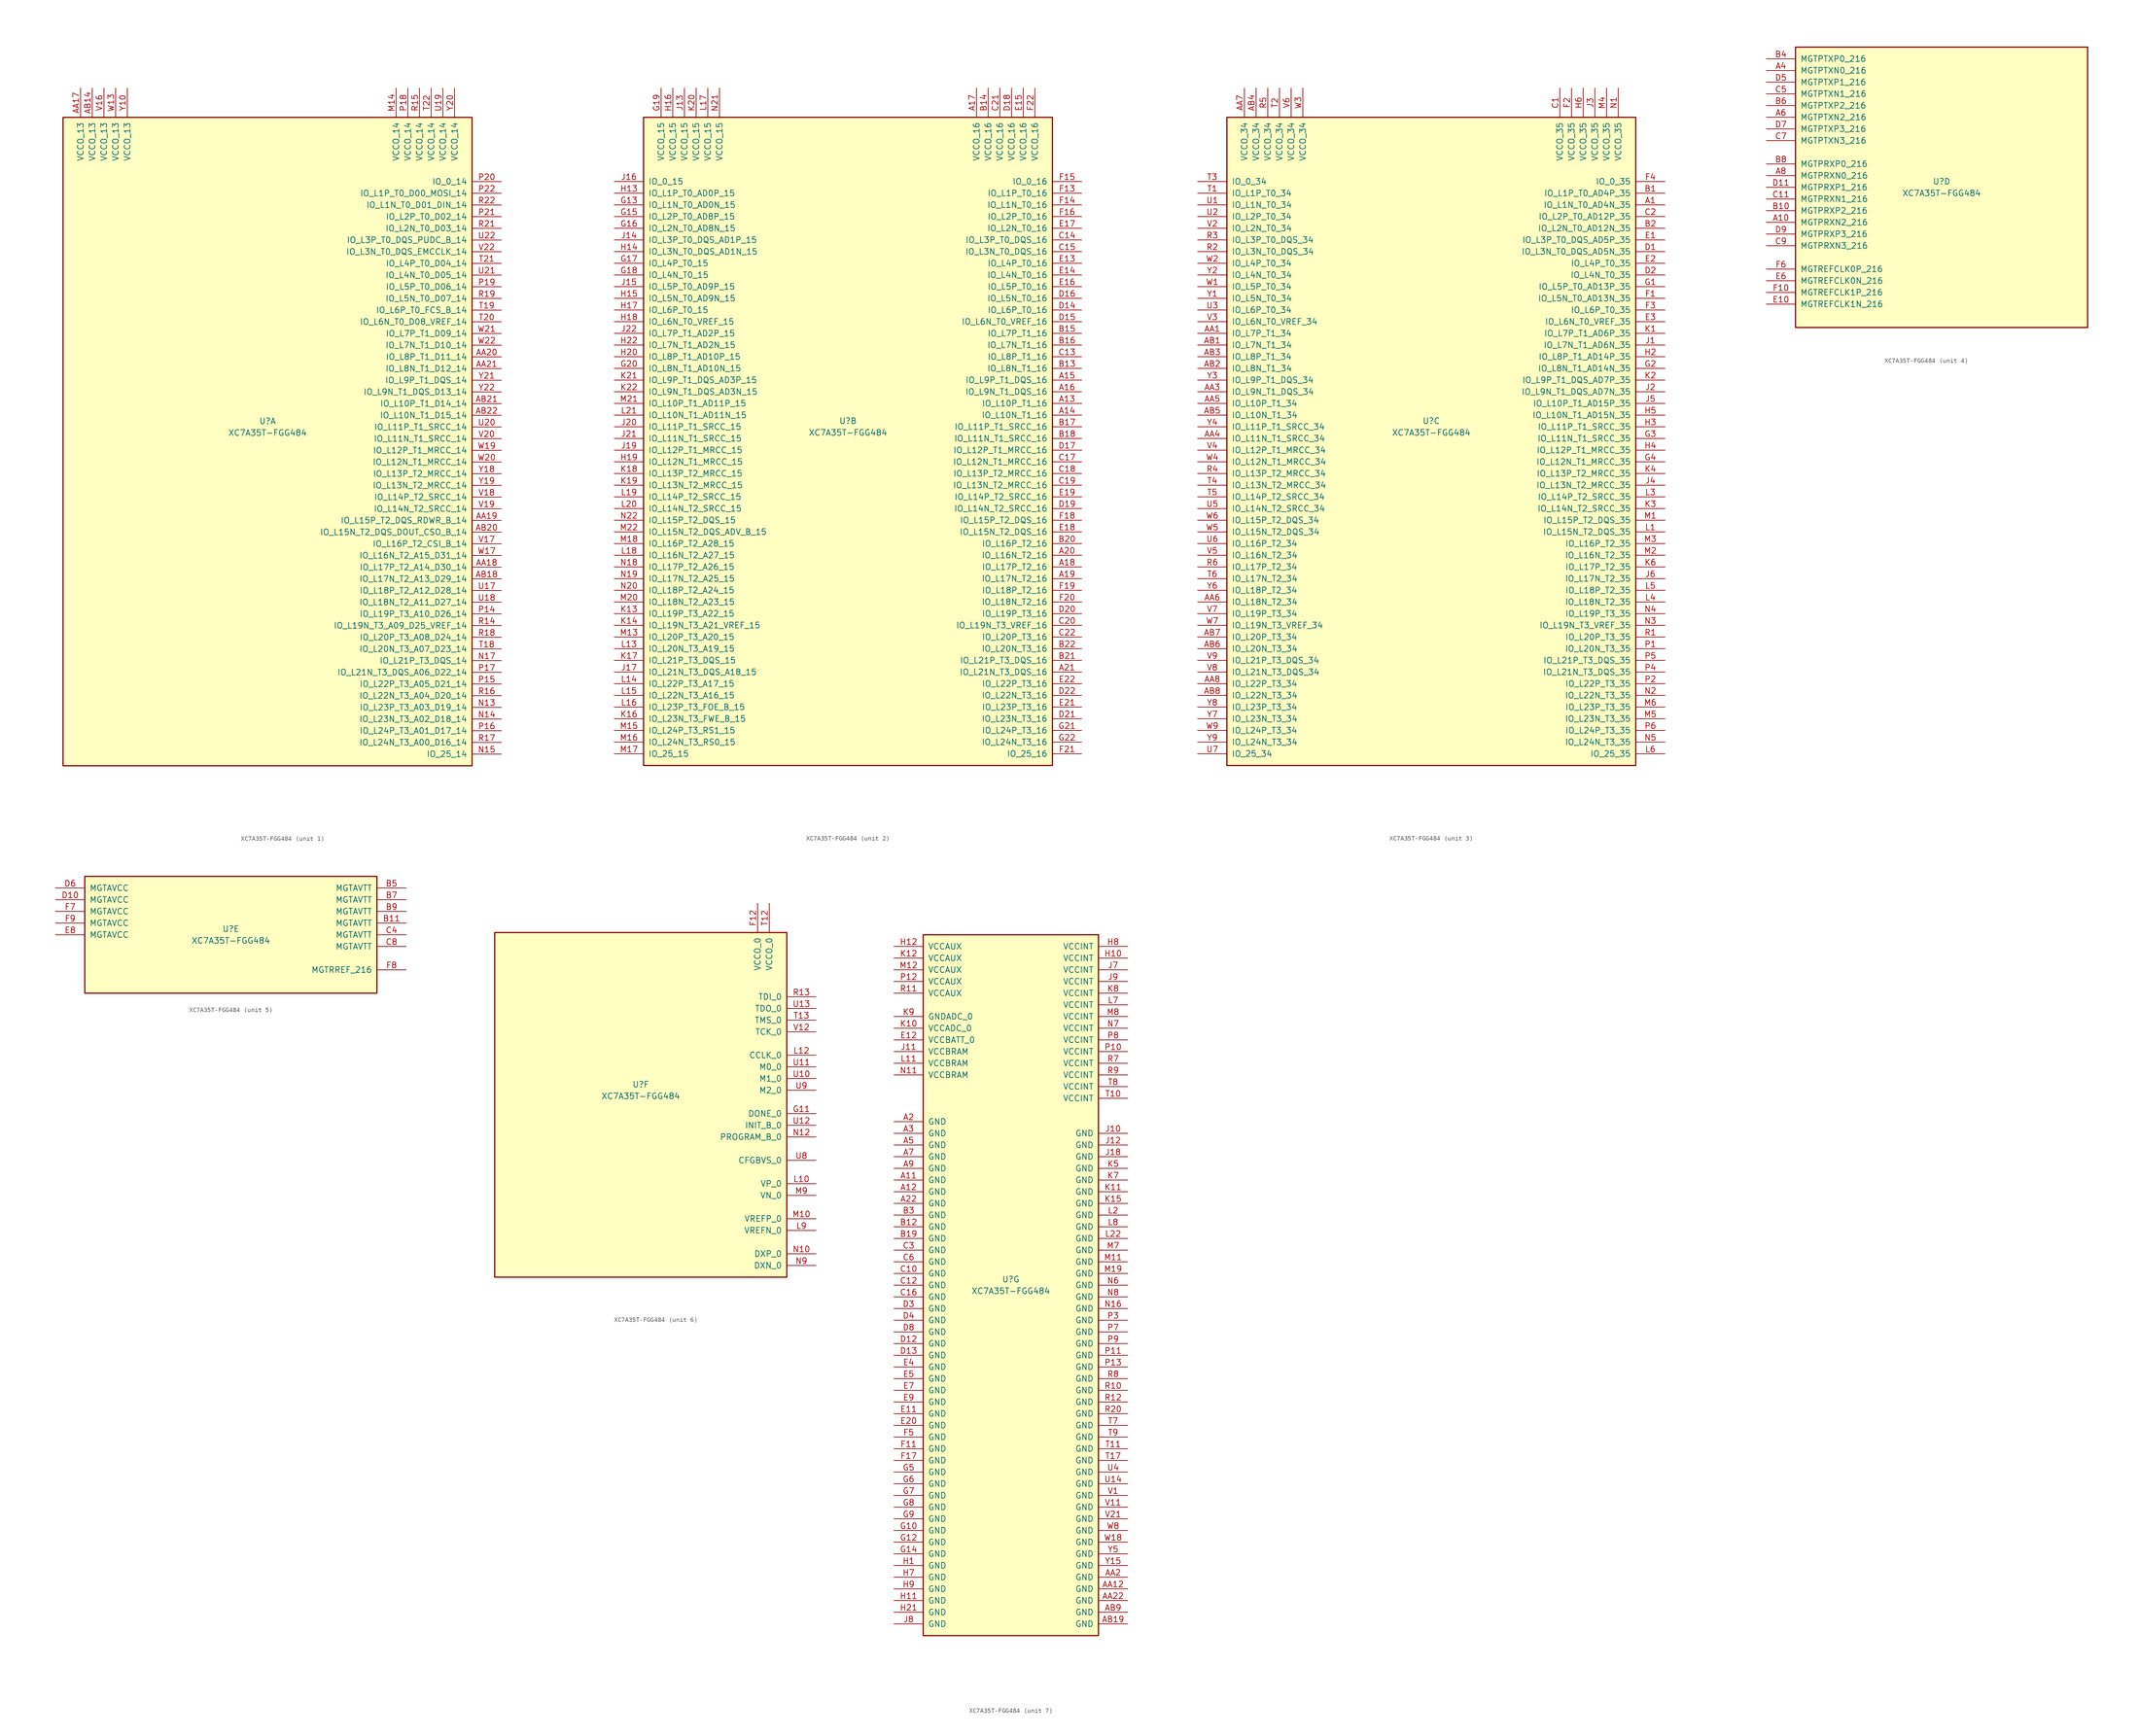
<source format=kicad_sym>
(kicad_symbol_lib
  (version 20241209)
  (generator "kicad_symbol_editor")
  (generator_version "9.0")
  (symbol "XC7A35T-FGG484"
    (pin_names
      (offset 1.016))
    (property "Reference" "U"
      (at 0 1.27 0)
      (effects (font (size 1.27 1.27))))
    (property "Value" "XC7A35T-FGG484"
      (at 0 -1.27 0)
      (effects (font (size 1.27 1.27))))
    (property "Datasheet" ""
      (at 0 0 0)
      (effects (font (size 1.27 1.27))))
    (property "ki_locked" ""
      (at 0 0 0)
      (effects (font (size 1.27 1.27))))
    (symbol "XC7A35T-FGG484_1_1"
      (rectangle (start -44.45 67.31) (end 44.45 -73.66) (stroke (width 0.254) (type default)) (fill (type background)))
      (pin power_in line (at -40.64 73.66 270) (length 6.35) (name "VCCO_13" (effects (font (size 1.27 1.27)))) (number "AA17" (effects (font (size 1.27 1.27)))))
      (pin power_in line (at -38.1 73.66 270) (length 6.35) (name "VCCO_13" (effects (font (size 1.27 1.27)))) (number "AB14" (effects (font (size 1.27 1.27)))))
      (pin power_in line (at -35.56 73.66 270) (length 6.35) (name "VCCO_13" (effects (font (size 1.27 1.27)))) (number "V16" (effects (font (size 1.27 1.27)))))
      (pin power_in line (at -33.02 73.66 270) (length 6.35) (name "VCCO_13" (effects (font (size 1.27 1.27)))) (number "W13" (effects (font (size 1.27 1.27)))))
      (pin power_in line (at -30.48 73.66 270) (length 6.35) (name "VCCO_13" (effects (font (size 1.27 1.27)))) (number "Y10" (effects (font (size 1.27 1.27)))))
      (pin power_in line (at 27.94 73.66 270) (length 6.35) (name "VCCO_14" (effects (font (size 1.27 1.27)))) (number "M14" (effects (font (size 1.27 1.27)))))
      (pin power_in line (at 30.48 73.66 270) (length 6.35) (name "VCCO_14" (effects (font (size 1.27 1.27)))) (number "P18" (effects (font (size 1.27 1.27)))))
      (pin power_in line (at 33.02 73.66 270) (length 6.35) (name "VCCO_14" (effects (font (size 1.27 1.27)))) (number "R15" (effects (font (size 1.27 1.27)))))
      (pin power_in line (at 35.56 73.66 270) (length 6.35) (name "VCCO_14" (effects (font (size 1.27 1.27)))) (number "T22" (effects (font (size 1.27 1.27)))))
      (pin power_in line (at 38.1 73.66 270) (length 6.35) (name "VCCO_14" (effects (font (size 1.27 1.27)))) (number "U19" (effects (font (size 1.27 1.27)))))
      (pin power_in line (at 40.64 73.66 270) (length 6.35) (name "VCCO_14" (effects (font (size 1.27 1.27)))) (number "Y20" (effects (font (size 1.27 1.27)))))
      (pin bidirectional line (at 50.8 53.34 180) (length 6.35) (name "IO_0_14" (effects (font (size 1.27 1.27)))) (number "P20" (effects (font (size 1.27 1.27)))))
      (pin bidirectional line (at 50.8 50.8 180) (length 6.35) (name "IO_L1P_T0_D00_MOSI_14" (effects (font (size 1.27 1.27)))) (number "P22" (effects (font (size 1.27 1.27)))))
      (pin bidirectional line (at 50.8 48.26 180) (length 6.35) (name "IO_L1N_T0_D01_DIN_14" (effects (font (size 1.27 1.27)))) (number "R22" (effects (font (size 1.27 1.27)))))
      (pin bidirectional line (at 50.8 45.72 180) (length 6.35) (name "IO_L2P_T0_D02_14" (effects (font (size 1.27 1.27)))) (number "P21" (effects (font (size 1.27 1.27)))))
      (pin bidirectional line (at 50.8 43.18 180) (length 6.35) (name "IO_L2N_T0_D03_14" (effects (font (size 1.27 1.27)))) (number "R21" (effects (font (size 1.27 1.27)))))
      (pin bidirectional line (at 50.8 40.64 180) (length 6.35) (name "IO_L3P_T0_DQS_PUDC_B_14" (effects (font (size 1.27 1.27)))) (number "U22" (effects (font (size 1.27 1.27)))))
      (pin bidirectional line (at 50.8 38.1 180) (length 6.35) (name "IO_L3N_T0_DQS_EMCCLK_14" (effects (font (size 1.27 1.27)))) (number "V22" (effects (font (size 1.27 1.27)))))
      (pin bidirectional line (at 50.8 35.56 180) (length 6.35) (name "IO_L4P_T0_D04_14" (effects (font (size 1.27 1.27)))) (number "T21" (effects (font (size 1.27 1.27)))))
      (pin bidirectional line (at 50.8 33.02 180) (length 6.35) (name "IO_L4N_T0_D05_14" (effects (font (size 1.27 1.27)))) (number "U21" (effects (font (size 1.27 1.27)))))
      (pin bidirectional line (at 50.8 30.48 180) (length 6.35) (name "IO_L5P_T0_D06_14" (effects (font (size 1.27 1.27)))) (number "P19" (effects (font (size 1.27 1.27)))))
      (pin bidirectional line (at 50.8 27.94 180) (length 6.35) (name "IO_L5N_T0_D07_14" (effects (font (size 1.27 1.27)))) (number "R19" (effects (font (size 1.27 1.27)))))
      (pin bidirectional line (at 50.8 25.4 180) (length 6.35) (name "IO_L6P_T0_FCS_B_14" (effects (font (size 1.27 1.27)))) (number "T19" (effects (font (size 1.27 1.27)))))
      (pin bidirectional line (at 50.8 22.86 180) (length 6.35) (name "IO_L6N_T0_D08_VREF_14" (effects (font (size 1.27 1.27)))) (number "T20" (effects (font (size 1.27 1.27)))))
      (pin bidirectional line (at 50.8 20.32 180) (length 6.35) (name "IO_L7P_T1_D09_14" (effects (font (size 1.27 1.27)))) (number "W21" (effects (font (size 1.27 1.27)))))
      (pin bidirectional line (at 50.8 17.78 180) (length 6.35) (name "IO_L7N_T1_D10_14" (effects (font (size 1.27 1.27)))) (number "W22" (effects (font (size 1.27 1.27)))))
      (pin bidirectional line (at 50.8 15.24 180) (length 6.35) (name "IO_L8P_T1_D11_14" (effects (font (size 1.27 1.27)))) (number "AA20" (effects (font (size 1.27 1.27)))))
      (pin bidirectional line (at 50.8 12.7 180) (length 6.35) (name "IO_L8N_T1_D12_14" (effects (font (size 1.27 1.27)))) (number "AA21" (effects (font (size 1.27 1.27)))))
      (pin bidirectional line (at 50.8 10.16 180) (length 6.35) (name "IO_L9P_T1_DQS_14" (effects (font (size 1.27 1.27)))) (number "Y21" (effects (font (size 1.27 1.27)))))
      (pin bidirectional line (at 50.8 7.62 180) (length 6.35) (name "IO_L9N_T1_DQS_D13_14" (effects (font (size 1.27 1.27)))) (number "Y22" (effects (font (size 1.27 1.27)))))
      (pin bidirectional line (at 50.8 5.08 180) (length 6.35) (name "IO_L10P_T1_D14_14" (effects (font (size 1.27 1.27)))) (number "AB21" (effects (font (size 1.27 1.27)))))
      (pin bidirectional line (at 50.8 2.54 180) (length 6.35) (name "IO_L10N_T1_D15_14" (effects (font (size 1.27 1.27)))) (number "AB22" (effects (font (size 1.27 1.27)))))
      (pin bidirectional line (at 50.8 0 180) (length 6.35) (name "IO_L11P_T1_SRCC_14" (effects (font (size 1.27 1.27)))) (number "U20" (effects (font (size 1.27 1.27)))))
      (pin bidirectional line (at 50.8 -2.54 180) (length 6.35) (name "IO_L11N_T1_SRCC_14" (effects (font (size 1.27 1.27)))) (number "V20" (effects (font (size 1.27 1.27)))))
      (pin bidirectional line (at 50.8 -5.08 180) (length 6.35) (name "IO_L12P_T1_MRCC_14" (effects (font (size 1.27 1.27)))) (number "W19" (effects (font (size 1.27 1.27)))))
      (pin bidirectional line (at 50.8 -7.62 180) (length 6.35) (name "IO_L12N_T1_MRCC_14" (effects (font (size 1.27 1.27)))) (number "W20" (effects (font (size 1.27 1.27)))))
      (pin bidirectional line (at 50.8 -10.16 180) (length 6.35) (name "IO_L13P_T2_MRCC_14" (effects (font (size 1.27 1.27)))) (number "Y18" (effects (font (size 1.27 1.27)))))
      (pin bidirectional line (at 50.8 -12.7 180) (length 6.35) (name "IO_L13N_T2_MRCC_14" (effects (font (size 1.27 1.27)))) (number "Y19" (effects (font (size 1.27 1.27)))))
      (pin bidirectional line (at 50.8 -15.24 180) (length 6.35) (name "IO_L14P_T2_SRCC_14" (effects (font (size 1.27 1.27)))) (number "V18" (effects (font (size 1.27 1.27)))))
      (pin bidirectional line (at 50.8 -17.78 180) (length 6.35) (name "IO_L14N_T2_SRCC_14" (effects (font (size 1.27 1.27)))) (number "V19" (effects (font (size 1.27 1.27)))))
      (pin bidirectional line (at 50.8 -20.32 180) (length 6.35) (name "IO_L15P_T2_DQS_RDWR_B_14" (effects (font (size 1.27 1.27)))) (number "AA19" (effects (font (size 1.27 1.27)))))
      (pin bidirectional line (at 50.8 -22.86 180) (length 6.35) (name "IO_L15N_T2_DQS_DOUT_CSO_B_14" (effects (font (size 1.27 1.27)))) (number "AB20" (effects (font (size 1.27 1.27)))))
      (pin bidirectional line (at 50.8 -25.4 180) (length 6.35) (name "IO_L16P_T2_CSI_B_14" (effects (font (size 1.27 1.27)))) (number "V17" (effects (font (size 1.27 1.27)))))
      (pin bidirectional line (at 50.8 -27.94 180) (length 6.35) (name "IO_L16N_T2_A15_D31_14" (effects (font (size 1.27 1.27)))) (number "W17" (effects (font (size 1.27 1.27)))))
      (pin bidirectional line (at 50.8 -30.48 180) (length 6.35) (name "IO_L17P_T2_A14_D30_14" (effects (font (size 1.27 1.27)))) (number "AA18" (effects (font (size 1.27 1.27)))))
      (pin bidirectional line (at 50.8 -33.02 180) (length 6.35) (name "IO_L17N_T2_A13_D29_14" (effects (font (size 1.27 1.27)))) (number "AB18" (effects (font (size 1.27 1.27)))))
      (pin bidirectional line (at 50.8 -35.56 180) (length 6.35) (name "IO_L18P_T2_A12_D28_14" (effects (font (size 1.27 1.27)))) (number "U17" (effects (font (size 1.27 1.27)))))
      (pin bidirectional line (at 50.8 -38.1 180) (length 6.35) (name "IO_L18N_T2_A11_D27_14" (effects (font (size 1.27 1.27)))) (number "U18" (effects (font (size 1.27 1.27)))))
      (pin bidirectional line (at 50.8 -40.64 180) (length 6.35) (name "IO_L19P_T3_A10_D26_14" (effects (font (size 1.27 1.27)))) (number "P14" (effects (font (size 1.27 1.27)))))
      (pin bidirectional line (at 50.8 -43.18 180) (length 6.35) (name "IO_L19N_T3_A09_D25_VREF_14" (effects (font (size 1.27 1.27)))) (number "R14" (effects (font (size 1.27 1.27)))))
      (pin bidirectional line (at 50.8 -45.72 180) (length 6.35) (name "IO_L20P_T3_A08_D24_14" (effects (font (size 1.27 1.27)))) (number "R18" (effects (font (size 1.27 1.27)))))
      (pin bidirectional line (at 50.8 -48.26 180) (length 6.35) (name "IO_L20N_T3_A07_D23_14" (effects (font (size 1.27 1.27)))) (number "T18" (effects (font (size 1.27 1.27)))))
      (pin bidirectional line (at 50.8 -50.8 180) (length 6.35) (name "IO_L21P_T3_DQS_14" (effects (font (size 1.27 1.27)))) (number "N17" (effects (font (size 1.27 1.27)))))
      (pin bidirectional line (at 50.8 -53.34 180) (length 6.35) (name "IO_L21N_T3_DQS_A06_D22_14" (effects (font (size 1.27 1.27)))) (number "P17" (effects (font (size 1.27 1.27)))))
      (pin bidirectional line (at 50.8 -55.88 180) (length 6.35) (name "IO_L22P_T3_A05_D21_14" (effects (font (size 1.27 1.27)))) (number "P15" (effects (font (size 1.27 1.27)))))
      (pin bidirectional line (at 50.8 -58.42 180) (length 6.35) (name "IO_L22N_T3_A04_D20_14" (effects (font (size 1.27 1.27)))) (number "R16" (effects (font (size 1.27 1.27)))))
      (pin bidirectional line (at 50.8 -60.96 180) (length 6.35) (name "IO_L23P_T3_A03_D19_14" (effects (font (size 1.27 1.27)))) (number "N13" (effects (font (size 1.27 1.27)))))
      (pin bidirectional line (at 50.8 -63.5 180) (length 6.35) (name "IO_L23N_T3_A02_D18_14" (effects (font (size 1.27 1.27)))) (number "N14" (effects (font (size 1.27 1.27)))))
      (pin bidirectional line (at 50.8 -66.04 180) (length 6.35) (name "IO_L24P_T3_A01_D17_14" (effects (font (size 1.27 1.27)))) (number "P16" (effects (font (size 1.27 1.27)))))
      (pin bidirectional line (at 50.8 -68.58 180) (length 6.35) (name "IO_L24N_T3_A00_D16_14" (effects (font (size 1.27 1.27)))) (number "R17" (effects (font (size 1.27 1.27)))))
      (pin bidirectional line (at 50.8 -71.12 180) (length 6.35) (name "IO_25_14" (effects (font (size 1.27 1.27)))) (number "N15" (effects (font (size 1.27 1.27))))))
    (symbol "XC7A35T-FGG484_2_1"
      (rectangle (start -44.45 67.31) (end 44.45 -73.66) (stroke (width 0.254) (type default)) (fill (type background)))
      (pin bidirectional line (at -50.8 53.34 0) (length 6.35) (name "IO_0_15" (effects (font (size 1.27 1.27)))) (number "J16" (effects (font (size 1.27 1.27)))))
      (pin bidirectional line (at -50.8 50.8 0) (length 6.35) (name "IO_L1P_T0_AD0P_15" (effects (font (size 1.27 1.27)))) (number "H13" (effects (font (size 1.27 1.27)))))
      (pin bidirectional line (at -50.8 48.26 0) (length 6.35) (name "IO_L1N_T0_AD0N_15" (effects (font (size 1.27 1.27)))) (number "G13" (effects (font (size 1.27 1.27)))))
      (pin bidirectional line (at -50.8 45.72 0) (length 6.35) (name "IO_L2P_T0_AD8P_15" (effects (font (size 1.27 1.27)))) (number "G15" (effects (font (size 1.27 1.27)))))
      (pin bidirectional line (at -50.8 43.18 0) (length 6.35) (name "IO_L2N_T0_AD8N_15" (effects (font (size 1.27 1.27)))) (number "G16" (effects (font (size 1.27 1.27)))))
      (pin bidirectional line (at -50.8 40.64 0) (length 6.35) (name "IO_L3P_T0_DQS_AD1P_15" (effects (font (size 1.27 1.27)))) (number "J14" (effects (font (size 1.27 1.27)))))
      (pin bidirectional line (at -50.8 38.1 0) (length 6.35) (name "IO_L3N_T0_DQS_AD1N_15" (effects (font (size 1.27 1.27)))) (number "H14" (effects (font (size 1.27 1.27)))))
      (pin bidirectional line (at -50.8 35.56 0) (length 6.35) (name "IO_L4P_T0_15" (effects (font (size 1.27 1.27)))) (number "G17" (effects (font (size 1.27 1.27)))))
      (pin bidirectional line (at -50.8 33.02 0) (length 6.35) (name "IO_L4N_T0_15" (effects (font (size 1.27 1.27)))) (number "G18" (effects (font (size 1.27 1.27)))))
      (pin bidirectional line (at -50.8 30.48 0) (length 6.35) (name "IO_L5P_T0_AD9P_15" (effects (font (size 1.27 1.27)))) (number "J15" (effects (font (size 1.27 1.27)))))
      (pin bidirectional line (at -50.8 27.94 0) (length 6.35) (name "IO_L5N_T0_AD9N_15" (effects (font (size 1.27 1.27)))) (number "H15" (effects (font (size 1.27 1.27)))))
      (pin bidirectional line (at -50.8 25.4 0) (length 6.35) (name "IO_L6P_T0_15" (effects (font (size 1.27 1.27)))) (number "H17" (effects (font (size 1.27 1.27)))))
      (pin bidirectional line (at -50.8 22.86 0) (length 6.35) (name "IO_L6N_T0_VREF_15" (effects (font (size 1.27 1.27)))) (number "H18" (effects (font (size 1.27 1.27)))))
      (pin bidirectional line (at -50.8 20.32 0) (length 6.35) (name "IO_L7P_T1_AD2P_15" (effects (font (size 1.27 1.27)))) (number "J22" (effects (font (size 1.27 1.27)))))
      (pin bidirectional line (at -50.8 17.78 0) (length 6.35) (name "IO_L7N_T1_AD2N_15" (effects (font (size 1.27 1.27)))) (number "H22" (effects (font (size 1.27 1.27)))))
      (pin bidirectional line (at -50.8 15.24 0) (length 6.35) (name "IO_L8P_T1_AD10P_15" (effects (font (size 1.27 1.27)))) (number "H20" (effects (font (size 1.27 1.27)))))
      (pin bidirectional line (at -50.8 12.7 0) (length 6.35) (name "IO_L8N_T1_AD10N_15" (effects (font (size 1.27 1.27)))) (number "G20" (effects (font (size 1.27 1.27)))))
      (pin bidirectional line (at -50.8 10.16 0) (length 6.35) (name "IO_L9P_T1_DQS_AD3P_15" (effects (font (size 1.27 1.27)))) (number "K21" (effects (font (size 1.27 1.27)))))
      (pin bidirectional line (at -50.8 7.62 0) (length 6.35) (name "IO_L9N_T1_DQS_AD3N_15" (effects (font (size 1.27 1.27)))) (number "K22" (effects (font (size 1.27 1.27)))))
      (pin bidirectional line (at -50.8 5.08 0) (length 6.35) (name "IO_L10P_T1_AD11P_15" (effects (font (size 1.27 1.27)))) (number "M21" (effects (font (size 1.27 1.27)))))
      (pin bidirectional line (at -50.8 2.54 0) (length 6.35) (name "IO_L10N_T1_AD11N_15" (effects (font (size 1.27 1.27)))) (number "L21" (effects (font (size 1.27 1.27)))))
      (pin bidirectional line (at -50.8 0 0) (length 6.35) (name "IO_L11P_T1_SRCC_15" (effects (font (size 1.27 1.27)))) (number "J20" (effects (font (size 1.27 1.27)))))
      (pin bidirectional line (at -50.8 -2.54 0) (length 6.35) (name "IO_L11N_T1_SRCC_15" (effects (font (size 1.27 1.27)))) (number "J21" (effects (font (size 1.27 1.27)))))
      (pin bidirectional line (at -50.8 -5.08 0) (length 6.35) (name "IO_L12P_T1_MRCC_15" (effects (font (size 1.27 1.27)))) (number "J19" (effects (font (size 1.27 1.27)))))
      (pin bidirectional line (at -50.8 -7.62 0) (length 6.35) (name "IO_L12N_T1_MRCC_15" (effects (font (size 1.27 1.27)))) (number "H19" (effects (font (size 1.27 1.27)))))
      (pin bidirectional line (at -50.8 -10.16 0) (length 6.35) (name "IO_L13P_T2_MRCC_15" (effects (font (size 1.27 1.27)))) (number "K18" (effects (font (size 1.27 1.27)))))
      (pin bidirectional line (at -50.8 -12.7 0) (length 6.35) (name "IO_L13N_T2_MRCC_15" (effects (font (size 1.27 1.27)))) (number "K19" (effects (font (size 1.27 1.27)))))
      (pin bidirectional line (at -50.8 -15.24 0) (length 6.35) (name "IO_L14P_T2_SRCC_15" (effects (font (size 1.27 1.27)))) (number "L19" (effects (font (size 1.27 1.27)))))
      (pin bidirectional line (at -50.8 -17.78 0) (length 6.35) (name "IO_L14N_T2_SRCC_15" (effects (font (size 1.27 1.27)))) (number "L20" (effects (font (size 1.27 1.27)))))
      (pin bidirectional line (at -50.8 -20.32 0) (length 6.35) (name "IO_L15P_T2_DQS_15" (effects (font (size 1.27 1.27)))) (number "N22" (effects (font (size 1.27 1.27)))))
      (pin bidirectional line (at -50.8 -22.86 0) (length 6.35) (name "IO_L15N_T2_DQS_ADV_B_15" (effects (font (size 1.27 1.27)))) (number "M22" (effects (font (size 1.27 1.27)))))
      (pin bidirectional line (at -50.8 -25.4 0) (length 6.35) (name "IO_L16P_T2_A28_15" (effects (font (size 1.27 1.27)))) (number "M18" (effects (font (size 1.27 1.27)))))
      (pin bidirectional line (at -50.8 -27.94 0) (length 6.35) (name "IO_L16N_T2_A27_15" (effects (font (size 1.27 1.27)))) (number "L18" (effects (font (size 1.27 1.27)))))
      (pin bidirectional line (at -50.8 -30.48 0) (length 6.35) (name "IO_L17P_T2_A26_15" (effects (font (size 1.27 1.27)))) (number "N18" (effects (font (size 1.27 1.27)))))
      (pin bidirectional line (at -50.8 -33.02 0) (length 6.35) (name "IO_L17N_T2_A25_15" (effects (font (size 1.27 1.27)))) (number "N19" (effects (font (size 1.27 1.27)))))
      (pin bidirectional line (at -50.8 -35.56 0) (length 6.35) (name "IO_L18P_T2_A24_15" (effects (font (size 1.27 1.27)))) (number "N20" (effects (font (size 1.27 1.27)))))
      (pin bidirectional line (at -50.8 -38.1 0) (length 6.35) (name "IO_L18N_T2_A23_15" (effects (font (size 1.27 1.27)))) (number "M20" (effects (font (size 1.27 1.27)))))
      (pin bidirectional line (at -50.8 -40.64 0) (length 6.35) (name "IO_L19P_T3_A22_15" (effects (font (size 1.27 1.27)))) (number "K13" (effects (font (size 1.27 1.27)))))
      (pin bidirectional line (at -50.8 -43.18 0) (length 6.35) (name "IO_L19N_T3_A21_VREF_15" (effects (font (size 1.27 1.27)))) (number "K14" (effects (font (size 1.27 1.27)))))
      (pin bidirectional line (at -50.8 -45.72 0) (length 6.35) (name "IO_L20P_T3_A20_15" (effects (font (size 1.27 1.27)))) (number "M13" (effects (font (size 1.27 1.27)))))
      (pin bidirectional line (at -50.8 -48.26 0) (length 6.35) (name "IO_L20N_T3_A19_15" (effects (font (size 1.27 1.27)))) (number "L13" (effects (font (size 1.27 1.27)))))
      (pin bidirectional line (at -50.8 -50.8 0) (length 6.35) (name "IO_L21P_T3_DQS_15" (effects (font (size 1.27 1.27)))) (number "K17" (effects (font (size 1.27 1.27)))))
      (pin bidirectional line (at -50.8 -53.34 0) (length 6.35) (name "IO_L21N_T3_DQS_A18_15" (effects (font (size 1.27 1.27)))) (number "J17" (effects (font (size 1.27 1.27)))))
      (pin bidirectional line (at -50.8 -55.88 0) (length 6.35) (name "IO_L22P_T3_A17_15" (effects (font (size 1.27 1.27)))) (number "L14" (effects (font (size 1.27 1.27)))))
      (pin bidirectional line (at -50.8 -58.42 0) (length 6.35) (name "IO_L22N_T3_A16_15" (effects (font (size 1.27 1.27)))) (number "L15" (effects (font (size 1.27 1.27)))))
      (pin bidirectional line (at -50.8 -60.96 0) (length 6.35) (name "IO_L23P_T3_FOE_B_15" (effects (font (size 1.27 1.27)))) (number "L16" (effects (font (size 1.27 1.27)))))
      (pin bidirectional line (at -50.8 -63.5 0) (length 6.35) (name "IO_L23N_T3_FWE_B_15" (effects (font (size 1.27 1.27)))) (number "K16" (effects (font (size 1.27 1.27)))))
      (pin bidirectional line (at -50.8 -66.04 0) (length 6.35) (name "IO_L24P_T3_RS1_15" (effects (font (size 1.27 1.27)))) (number "M15" (effects (font (size 1.27 1.27)))))
      (pin bidirectional line (at -50.8 -68.58 0) (length 6.35) (name "IO_L24N_T3_RS0_15" (effects (font (size 1.27 1.27)))) (number "M16" (effects (font (size 1.27 1.27)))))
      (pin bidirectional line (at -50.8 -71.12 0) (length 6.35) (name "IO_25_15" (effects (font (size 1.27 1.27)))) (number "M17" (effects (font (size 1.27 1.27)))))
      (pin power_in line (at -40.64 73.66 270) (length 6.35) (name "VCCO_15" (effects (font (size 1.27 1.27)))) (number "G19" (effects (font (size 1.27 1.27)))))
      (pin power_in line (at -38.1 73.66 270) (length 6.35) (name "VCCO_15" (effects (font (size 1.27 1.27)))) (number "H16" (effects (font (size 1.27 1.27)))))
      (pin power_in line (at -35.56 73.66 270) (length 6.35) (name "VCCO_15" (effects (font (size 1.27 1.27)))) (number "J13" (effects (font (size 1.27 1.27)))))
      (pin power_in line (at -33.02 73.66 270) (length 6.35) (name "VCCO_15" (effects (font (size 1.27 1.27)))) (number "K20" (effects (font (size 1.27 1.27)))))
      (pin power_in line (at -30.48 73.66 270) (length 6.35) (name "VCCO_15" (effects (font (size 1.27 1.27)))) (number "L17" (effects (font (size 1.27 1.27)))))
      (pin power_in line (at -27.94 73.66 270) (length 6.35) (name "VCCO_15" (effects (font (size 1.27 1.27)))) (number "N21" (effects (font (size 1.27 1.27)))))
      (pin power_in line (at 27.94 73.66 270) (length 6.35) (name "VCCO_16" (effects (font (size 1.27 1.27)))) (number "A17" (effects (font (size 1.27 1.27)))))
      (pin power_in line (at 30.48 73.66 270) (length 6.35) (name "VCCO_16" (effects (font (size 1.27 1.27)))) (number "B14" (effects (font (size 1.27 1.27)))))
      (pin power_in line (at 33.02 73.66 270) (length 6.35) (name "VCCO_16" (effects (font (size 1.27 1.27)))) (number "C21" (effects (font (size 1.27 1.27)))))
      (pin power_in line (at 35.56 73.66 270) (length 6.35) (name "VCCO_16" (effects (font (size 1.27 1.27)))) (number "D18" (effects (font (size 1.27 1.27)))))
      (pin power_in line (at 38.1 73.66 270) (length 6.35) (name "VCCO_16" (effects (font (size 1.27 1.27)))) (number "E15" (effects (font (size 1.27 1.27)))))
      (pin power_in line (at 40.64 73.66 270) (length 6.35) (name "VCCO_16" (effects (font (size 1.27 1.27)))) (number "F22" (effects (font (size 1.27 1.27)))))
      (pin bidirectional line (at 50.8 53.34 180) (length 6.35) (name "IO_0_16" (effects (font (size 1.27 1.27)))) (number "F15" (effects (font (size 1.27 1.27)))))
      (pin bidirectional line (at 50.8 50.8 180) (length 6.35) (name "IO_L1P_T0_16" (effects (font (size 1.27 1.27)))) (number "F13" (effects (font (size 1.27 1.27)))))
      (pin bidirectional line (at 50.8 48.26 180) (length 6.35) (name "IO_L1N_T0_16" (effects (font (size 1.27 1.27)))) (number "F14" (effects (font (size 1.27 1.27)))))
      (pin bidirectional line (at 50.8 45.72 180) (length 6.35) (name "IO_L2P_T0_16" (effects (font (size 1.27 1.27)))) (number "F16" (effects (font (size 1.27 1.27)))))
      (pin bidirectional line (at 50.8 43.18 180) (length 6.35) (name "IO_L2N_T0_16" (effects (font (size 1.27 1.27)))) (number "E17" (effects (font (size 1.27 1.27)))))
      (pin bidirectional line (at 50.8 40.64 180) (length 6.35) (name "IO_L3P_T0_DQS_16" (effects (font (size 1.27 1.27)))) (number "C14" (effects (font (size 1.27 1.27)))))
      (pin bidirectional line (at 50.8 38.1 180) (length 6.35) (name "IO_L3N_T0_DQS_16" (effects (font (size 1.27 1.27)))) (number "C15" (effects (font (size 1.27 1.27)))))
      (pin bidirectional line (at 50.8 35.56 180) (length 6.35) (name "IO_L4P_T0_16" (effects (font (size 1.27 1.27)))) (number "E13" (effects (font (size 1.27 1.27)))))
      (pin bidirectional line (at 50.8 33.02 180) (length 6.35) (name "IO_L4N_T0_16" (effects (font (size 1.27 1.27)))) (number "E14" (effects (font (size 1.27 1.27)))))
      (pin bidirectional line (at 50.8 30.48 180) (length 6.35) (name "IO_L5P_T0_16" (effects (font (size 1.27 1.27)))) (number "E16" (effects (font (size 1.27 1.27)))))
      (pin bidirectional line (at 50.8 27.94 180) (length 6.35) (name "IO_L5N_T0_16" (effects (font (size 1.27 1.27)))) (number "D16" (effects (font (size 1.27 1.27)))))
      (pin bidirectional line (at 50.8 25.4 180) (length 6.35) (name "IO_L6P_T0_16" (effects (font (size 1.27 1.27)))) (number "D14" (effects (font (size 1.27 1.27)))))
      (pin bidirectional line (at 50.8 22.86 180) (length 6.35) (name "IO_L6N_T0_VREF_16" (effects (font (size 1.27 1.27)))) (number "D15" (effects (font (size 1.27 1.27)))))
      (pin bidirectional line (at 50.8 20.32 180) (length 6.35) (name "IO_L7P_T1_16" (effects (font (size 1.27 1.27)))) (number "B15" (effects (font (size 1.27 1.27)))))
      (pin bidirectional line (at 50.8 17.78 180) (length 6.35) (name "IO_L7N_T1_16" (effects (font (size 1.27 1.27)))) (number "B16" (effects (font (size 1.27 1.27)))))
      (pin bidirectional line (at 50.8 15.24 180) (length 6.35) (name "IO_L8P_T1_16" (effects (font (size 1.27 1.27)))) (number "C13" (effects (font (size 1.27 1.27)))))
      (pin bidirectional line (at 50.8 12.7 180) (length 6.35) (name "IO_L8N_T1_16" (effects (font (size 1.27 1.27)))) (number "B13" (effects (font (size 1.27 1.27)))))
      (pin bidirectional line (at 50.8 10.16 180) (length 6.35) (name "IO_L9P_T1_DQS_16" (effects (font (size 1.27 1.27)))) (number "A15" (effects (font (size 1.27 1.27)))))
      (pin bidirectional line (at 50.8 7.62 180) (length 6.35) (name "IO_L9N_T1_DQS_16" (effects (font (size 1.27 1.27)))) (number "A16" (effects (font (size 1.27 1.27)))))
      (pin bidirectional line (at 50.8 5.08 180) (length 6.35) (name "IO_L10P_T1_16" (effects (font (size 1.27 1.27)))) (number "A13" (effects (font (size 1.27 1.27)))))
      (pin bidirectional line (at 50.8 2.54 180) (length 6.35) (name "IO_L10N_T1_16" (effects (font (size 1.27 1.27)))) (number "A14" (effects (font (size 1.27 1.27)))))
      (pin bidirectional line (at 50.8 0 180) (length 6.35) (name "IO_L11P_T1_SRCC_16" (effects (font (size 1.27 1.27)))) (number "B17" (effects (font (size 1.27 1.27)))))
      (pin bidirectional line (at 50.8 -2.54 180) (length 6.35) (name "IO_L11N_T1_SRCC_16" (effects (font (size 1.27 1.27)))) (number "B18" (effects (font (size 1.27 1.27)))))
      (pin bidirectional line (at 50.8 -5.08 180) (length 6.35) (name "IO_L12P_T1_MRCC_16" (effects (font (size 1.27 1.27)))) (number "D17" (effects (font (size 1.27 1.27)))))
      (pin bidirectional line (at 50.8 -7.62 180) (length 6.35) (name "IO_L12N_T1_MRCC_16" (effects (font (size 1.27 1.27)))) (number "C17" (effects (font (size 1.27 1.27)))))
      (pin bidirectional line (at 50.8 -10.16 180) (length 6.35) (name "IO_L13P_T2_MRCC_16" (effects (font (size 1.27 1.27)))) (number "C18" (effects (font (size 1.27 1.27)))))
      (pin bidirectional line (at 50.8 -12.7 180) (length 6.35) (name "IO_L13N_T2_MRCC_16" (effects (font (size 1.27 1.27)))) (number "C19" (effects (font (size 1.27 1.27)))))
      (pin bidirectional line (at 50.8 -15.24 180) (length 6.35) (name "IO_L14P_T2_SRCC_16" (effects (font (size 1.27 1.27)))) (number "E19" (effects (font (size 1.27 1.27)))))
      (pin bidirectional line (at 50.8 -17.78 180) (length 6.35) (name "IO_L14N_T2_SRCC_16" (effects (font (size 1.27 1.27)))) (number "D19" (effects (font (size 1.27 1.27)))))
      (pin bidirectional line (at 50.8 -20.32 180) (length 6.35) (name "IO_L15P_T2_DQS_16" (effects (font (size 1.27 1.27)))) (number "F18" (effects (font (size 1.27 1.27)))))
      (pin bidirectional line (at 50.8 -22.86 180) (length 6.35) (name "IO_L15N_T2_DQS_16" (effects (font (size 1.27 1.27)))) (number "E18" (effects (font (size 1.27 1.27)))))
      (pin bidirectional line (at 50.8 -25.4 180) (length 6.35) (name "IO_L16P_T2_16" (effects (font (size 1.27 1.27)))) (number "B20" (effects (font (size 1.27 1.27)))))
      (pin bidirectional line (at 50.8 -27.94 180) (length 6.35) (name "IO_L16N_T2_16" (effects (font (size 1.27 1.27)))) (number "A20" (effects (font (size 1.27 1.27)))))
      (pin bidirectional line (at 50.8 -30.48 180) (length 6.35) (name "IO_L17P_T2_16" (effects (font (size 1.27 1.27)))) (number "A18" (effects (font (size 1.27 1.27)))))
      (pin bidirectional line (at 50.8 -33.02 180) (length 6.35) (name "IO_L17N_T2_16" (effects (font (size 1.27 1.27)))) (number "A19" (effects (font (size 1.27 1.27)))))
      (pin bidirectional line (at 50.8 -35.56 180) (length 6.35) (name "IO_L18P_T2_16" (effects (font (size 1.27 1.27)))) (number "F19" (effects (font (size 1.27 1.27)))))
      (pin bidirectional line (at 50.8 -38.1 180) (length 6.35) (name "IO_L18N_T2_16" (effects (font (size 1.27 1.27)))) (number "F20" (effects (font (size 1.27 1.27)))))
      (pin bidirectional line (at 50.8 -40.64 180) (length 6.35) (name "IO_L19P_T3_16" (effects (font (size 1.27 1.27)))) (number "D20" (effects (font (size 1.27 1.27)))))
      (pin bidirectional line (at 50.8 -43.18 180) (length 6.35) (name "IO_L19N_T3_VREF_16" (effects (font (size 1.27 1.27)))) (number "C20" (effects (font (size 1.27 1.27)))))
      (pin bidirectional line (at 50.8 -45.72 180) (length 6.35) (name "IO_L20P_T3_16" (effects (font (size 1.27 1.27)))) (number "C22" (effects (font (size 1.27 1.27)))))
      (pin bidirectional line (at 50.8 -48.26 180) (length 6.35) (name "IO_L20N_T3_16" (effects (font (size 1.27 1.27)))) (number "B22" (effects (font (size 1.27 1.27)))))
      (pin bidirectional line (at 50.8 -50.8 180) (length 6.35) (name "IO_L21P_T3_DQS_16" (effects (font (size 1.27 1.27)))) (number "B21" (effects (font (size 1.27 1.27)))))
      (pin bidirectional line (at 50.8 -53.34 180) (length 6.35) (name "IO_L21N_T3_DQS_16" (effects (font (size 1.27 1.27)))) (number "A21" (effects (font (size 1.27 1.27)))))
      (pin bidirectional line (at 50.8 -55.88 180) (length 6.35) (name "IO_L22P_T3_16" (effects (font (size 1.27 1.27)))) (number "E22" (effects (font (size 1.27 1.27)))))
      (pin bidirectional line (at 50.8 -58.42 180) (length 6.35) (name "IO_L22N_T3_16" (effects (font (size 1.27 1.27)))) (number "D22" (effects (font (size 1.27 1.27)))))
      (pin bidirectional line (at 50.8 -60.96 180) (length 6.35) (name "IO_L23P_T3_16" (effects (font (size 1.27 1.27)))) (number "E21" (effects (font (size 1.27 1.27)))))
      (pin bidirectional line (at 50.8 -63.5 180) (length 6.35) (name "IO_L23N_T3_16" (effects (font (size 1.27 1.27)))) (number "D21" (effects (font (size 1.27 1.27)))))
      (pin bidirectional line (at 50.8 -66.04 180) (length 6.35) (name "IO_L24P_T3_16" (effects (font (size 1.27 1.27)))) (number "G21" (effects (font (size 1.27 1.27)))))
      (pin bidirectional line (at 50.8 -68.58 180) (length 6.35) (name "IO_L24N_T3_16" (effects (font (size 1.27 1.27)))) (number "G22" (effects (font (size 1.27 1.27)))))
      (pin bidirectional line (at 50.8 -71.12 180) (length 6.35) (name "IO_25_16" (effects (font (size 1.27 1.27)))) (number "F21" (effects (font (size 1.27 1.27))))))
    (symbol "XC7A35T-FGG484_3_1"
      (rectangle (start -44.45 67.31) (end 44.45 -73.66) (stroke (width 0.254) (type default)) (fill (type background)))
      (pin bidirectional line (at -50.8 53.34 0) (length 6.35) (name "IO_0_34" (effects (font (size 1.27 1.27)))) (number "T3" (effects (font (size 1.27 1.27)))))
      (pin bidirectional line (at -50.8 50.8 0) (length 6.35) (name "IO_L1P_T0_34" (effects (font (size 1.27 1.27)))) (number "T1" (effects (font (size 1.27 1.27)))))
      (pin bidirectional line (at -50.8 48.26 0) (length 6.35) (name "IO_L1N_T0_34" (effects (font (size 1.27 1.27)))) (number "U1" (effects (font (size 1.27 1.27)))))
      (pin bidirectional line (at -50.8 45.72 0) (length 6.35) (name "IO_L2P_T0_34" (effects (font (size 1.27 1.27)))) (number "U2" (effects (font (size 1.27 1.27)))))
      (pin bidirectional line (at -50.8 43.18 0) (length 6.35) (name "IO_L2N_T0_34" (effects (font (size 1.27 1.27)))) (number "V2" (effects (font (size 1.27 1.27)))))
      (pin bidirectional line (at -50.8 40.64 0) (length 6.35) (name "IO_L3P_T0_DQS_34" (effects (font (size 1.27 1.27)))) (number "R3" (effects (font (size 1.27 1.27)))))
      (pin bidirectional line (at -50.8 38.1 0) (length 6.35) (name "IO_L3N_T0_DQS_34" (effects (font (size 1.27 1.27)))) (number "R2" (effects (font (size 1.27 1.27)))))
      (pin bidirectional line (at -50.8 35.56 0) (length 6.35) (name "IO_L4P_T0_34" (effects (font (size 1.27 1.27)))) (number "W2" (effects (font (size 1.27 1.27)))))
      (pin bidirectional line (at -50.8 33.02 0) (length 6.35) (name "IO_L4N_T0_34" (effects (font (size 1.27 1.27)))) (number "Y2" (effects (font (size 1.27 1.27)))))
      (pin bidirectional line (at -50.8 30.48 0) (length 6.35) (name "IO_L5P_T0_34" (effects (font (size 1.27 1.27)))) (number "W1" (effects (font (size 1.27 1.27)))))
      (pin bidirectional line (at -50.8 27.94 0) (length 6.35) (name "IO_L5N_T0_34" (effects (font (size 1.27 1.27)))) (number "Y1" (effects (font (size 1.27 1.27)))))
      (pin bidirectional line (at -50.8 25.4 0) (length 6.35) (name "IO_L6P_T0_34" (effects (font (size 1.27 1.27)))) (number "U3" (effects (font (size 1.27 1.27)))))
      (pin bidirectional line (at -50.8 22.86 0) (length 6.35) (name "IO_L6N_T0_VREF_34" (effects (font (size 1.27 1.27)))) (number "V3" (effects (font (size 1.27 1.27)))))
      (pin bidirectional line (at -50.8 20.32 0) (length 6.35) (name "IO_L7P_T1_34" (effects (font (size 1.27 1.27)))) (number "AA1" (effects (font (size 1.27 1.27)))))
      (pin bidirectional line (at -50.8 17.78 0) (length 6.35) (name "IO_L7N_T1_34" (effects (font (size 1.27 1.27)))) (number "AB1" (effects (font (size 1.27 1.27)))))
      (pin bidirectional line (at -50.8 15.24 0) (length 6.35) (name "IO_L8P_T1_34" (effects (font (size 1.27 1.27)))) (number "AB3" (effects (font (size 1.27 1.27)))))
      (pin bidirectional line (at -50.8 12.7 0) (length 6.35) (name "IO_L8N_T1_34" (effects (font (size 1.27 1.27)))) (number "AB2" (effects (font (size 1.27 1.27)))))
      (pin bidirectional line (at -50.8 10.16 0) (length 6.35) (name "IO_L9P_T1_DQS_34" (effects (font (size 1.27 1.27)))) (number "Y3" (effects (font (size 1.27 1.27)))))
      (pin bidirectional line (at -50.8 7.62 0) (length 6.35) (name "IO_L9N_T1_DQS_34" (effects (font (size 1.27 1.27)))) (number "AA3" (effects (font (size 1.27 1.27)))))
      (pin bidirectional line (at -50.8 5.08 0) (length 6.35) (name "IO_L10P_T1_34" (effects (font (size 1.27 1.27)))) (number "AA5" (effects (font (size 1.27 1.27)))))
      (pin bidirectional line (at -50.8 2.54 0) (length 6.35) (name "IO_L10N_T1_34" (effects (font (size 1.27 1.27)))) (number "AB5" (effects (font (size 1.27 1.27)))))
      (pin bidirectional line (at -50.8 0 0) (length 6.35) (name "IO_L11P_T1_SRCC_34" (effects (font (size 1.27 1.27)))) (number "Y4" (effects (font (size 1.27 1.27)))))
      (pin bidirectional line (at -50.8 -2.54 0) (length 6.35) (name "IO_L11N_T1_SRCC_34" (effects (font (size 1.27 1.27)))) (number "AA4" (effects (font (size 1.27 1.27)))))
      (pin bidirectional line (at -50.8 -5.08 0) (length 6.35) (name "IO_L12P_T1_MRCC_34" (effects (font (size 1.27 1.27)))) (number "V4" (effects (font (size 1.27 1.27)))))
      (pin bidirectional line (at -50.8 -7.62 0) (length 6.35) (name "IO_L12N_T1_MRCC_34" (effects (font (size 1.27 1.27)))) (number "W4" (effects (font (size 1.27 1.27)))))
      (pin bidirectional line (at -50.8 -10.16 0) (length 6.35) (name "IO_L13P_T2_MRCC_34" (effects (font (size 1.27 1.27)))) (number "R4" (effects (font (size 1.27 1.27)))))
      (pin bidirectional line (at -50.8 -12.7 0) (length 6.35) (name "IO_L13N_T2_MRCC_34" (effects (font (size 1.27 1.27)))) (number "T4" (effects (font (size 1.27 1.27)))))
      (pin bidirectional line (at -50.8 -15.24 0) (length 6.35) (name "IO_L14P_T2_SRCC_34" (effects (font (size 1.27 1.27)))) (number "T5" (effects (font (size 1.27 1.27)))))
      (pin bidirectional line (at -50.8 -17.78 0) (length 6.35) (name "IO_L14N_T2_SRCC_34" (effects (font (size 1.27 1.27)))) (number "U5" (effects (font (size 1.27 1.27)))))
      (pin bidirectional line (at -50.8 -20.32 0) (length 6.35) (name "IO_L15P_T2_DQS_34" (effects (font (size 1.27 1.27)))) (number "W6" (effects (font (size 1.27 1.27)))))
      (pin bidirectional line (at -50.8 -22.86 0) (length 6.35) (name "IO_L15N_T2_DQS_34" (effects (font (size 1.27 1.27)))) (number "W5" (effects (font (size 1.27 1.27)))))
      (pin bidirectional line (at -50.8 -25.4 0) (length 6.35) (name "IO_L16P_T2_34" (effects (font (size 1.27 1.27)))) (number "U6" (effects (font (size 1.27 1.27)))))
      (pin bidirectional line (at -50.8 -27.94 0) (length 6.35) (name "IO_L16N_T2_34" (effects (font (size 1.27 1.27)))) (number "V5" (effects (font (size 1.27 1.27)))))
      (pin bidirectional line (at -50.8 -30.48 0) (length 6.35) (name "IO_L17P_T2_34" (effects (font (size 1.27 1.27)))) (number "R6" (effects (font (size 1.27 1.27)))))
      (pin bidirectional line (at -50.8 -33.02 0) (length 6.35) (name "IO_L17N_T2_34" (effects (font (size 1.27 1.27)))) (number "T6" (effects (font (size 1.27 1.27)))))
      (pin bidirectional line (at -50.8 -35.56 0) (length 6.35) (name "IO_L18P_T2_34" (effects (font (size 1.27 1.27)))) (number "Y6" (effects (font (size 1.27 1.27)))))
      (pin bidirectional line (at -50.8 -38.1 0) (length 6.35) (name "IO_L18N_T2_34" (effects (font (size 1.27 1.27)))) (number "AA6" (effects (font (size 1.27 1.27)))))
      (pin bidirectional line (at -50.8 -40.64 0) (length 6.35) (name "IO_L19P_T3_34" (effects (font (size 1.27 1.27)))) (number "V7" (effects (font (size 1.27 1.27)))))
      (pin bidirectional line (at -50.8 -43.18 0) (length 6.35) (name "IO_L19N_T3_VREF_34" (effects (font (size 1.27 1.27)))) (number "W7" (effects (font (size 1.27 1.27)))))
      (pin bidirectional line (at -50.8 -45.72 0) (length 6.35) (name "IO_L20P_T3_34" (effects (font (size 1.27 1.27)))) (number "AB7" (effects (font (size 1.27 1.27)))))
      (pin bidirectional line (at -50.8 -48.26 0) (length 6.35) (name "IO_L20N_T3_34" (effects (font (size 1.27 1.27)))) (number "AB6" (effects (font (size 1.27 1.27)))))
      (pin bidirectional line (at -50.8 -50.8 0) (length 6.35) (name "IO_L21P_T3_DQS_34" (effects (font (size 1.27 1.27)))) (number "V9" (effects (font (size 1.27 1.27)))))
      (pin bidirectional line (at -50.8 -53.34 0) (length 6.35) (name "IO_L21N_T3_DQS_34" (effects (font (size 1.27 1.27)))) (number "V8" (effects (font (size 1.27 1.27)))))
      (pin bidirectional line (at -50.8 -55.88 0) (length 6.35) (name "IO_L22P_T3_34" (effects (font (size 1.27 1.27)))) (number "AA8" (effects (font (size 1.27 1.27)))))
      (pin bidirectional line (at -50.8 -58.42 0) (length 6.35) (name "IO_L22N_T3_34" (effects (font (size 1.27 1.27)))) (number "AB8" (effects (font (size 1.27 1.27)))))
      (pin bidirectional line (at -50.8 -60.96 0) (length 6.35) (name "IO_L23P_T3_34" (effects (font (size 1.27 1.27)))) (number "Y8" (effects (font (size 1.27 1.27)))))
      (pin bidirectional line (at -50.8 -63.5 0) (length 6.35) (name "IO_L23N_T3_34" (effects (font (size 1.27 1.27)))) (number "Y7" (effects (font (size 1.27 1.27)))))
      (pin bidirectional line (at -50.8 -66.04 0) (length 6.35) (name "IO_L24P_T3_34" (effects (font (size 1.27 1.27)))) (number "W9" (effects (font (size 1.27 1.27)))))
      (pin bidirectional line (at -50.8 -68.58 0) (length 6.35) (name "IO_L24N_T3_34" (effects (font (size 1.27 1.27)))) (number "Y9" (effects (font (size 1.27 1.27)))))
      (pin bidirectional line (at -50.8 -71.12 0) (length 6.35) (name "IO_25_34" (effects (font (size 1.27 1.27)))) (number "U7" (effects (font (size 1.27 1.27)))))
      (pin power_in line (at -40.64 73.66 270) (length 6.35) (name "VCCO_34" (effects (font (size 1.27 1.27)))) (number "AA7" (effects (font (size 1.27 1.27)))))
      (pin power_in line (at -38.1 73.66 270) (length 6.35) (name "VCCO_34" (effects (font (size 1.27 1.27)))) (number "AB4" (effects (font (size 1.27 1.27)))))
      (pin power_in line (at -35.56 73.66 270) (length 6.35) (name "VCCO_34" (effects (font (size 1.27 1.27)))) (number "R5" (effects (font (size 1.27 1.27)))))
      (pin power_in line (at -33.02 73.66 270) (length 6.35) (name "VCCO_34" (effects (font (size 1.27 1.27)))) (number "T2" (effects (font (size 1.27 1.27)))))
      (pin power_in line (at -30.48 73.66 270) (length 6.35) (name "VCCO_34" (effects (font (size 1.27 1.27)))) (number "V6" (effects (font (size 1.27 1.27)))))
      (pin power_in line (at -27.94 73.66 270) (length 6.35) (name "VCCO_34" (effects (font (size 1.27 1.27)))) (number "W3" (effects (font (size 1.27 1.27)))))
      (pin power_in line (at 27.94 73.66 270) (length 6.35) (name "VCCO_35" (effects (font (size 1.27 1.27)))) (number "C1" (effects (font (size 1.27 1.27)))))
      (pin power_in line (at 30.48 73.66 270) (length 6.35) (name "VCCO_35" (effects (font (size 1.27 1.27)))) (number "F2" (effects (font (size 1.27 1.27)))))
      (pin power_in line (at 33.02 73.66 270) (length 6.35) (name "VCCO_35" (effects (font (size 1.27 1.27)))) (number "H6" (effects (font (size 1.27 1.27)))))
      (pin power_in line (at 35.56 73.66 270) (length 6.35) (name "VCCO_35" (effects (font (size 1.27 1.27)))) (number "J3" (effects (font (size 1.27 1.27)))))
      (pin power_in line (at 38.1 73.66 270) (length 6.35) (name "VCCO_35" (effects (font (size 1.27 1.27)))) (number "M4" (effects (font (size 1.27 1.27)))))
      (pin power_in line (at 40.64 73.66 270) (length 6.35) (name "VCCO_35" (effects (font (size 1.27 1.27)))) (number "N1" (effects (font (size 1.27 1.27)))))
      (pin bidirectional line (at 50.8 53.34 180) (length 6.35) (name "IO_0_35" (effects (font (size 1.27 1.27)))) (number "F4" (effects (font (size 1.27 1.27)))))
      (pin bidirectional line (at 50.8 50.8 180) (length 6.35) (name "IO_L1P_T0_AD4P_35" (effects (font (size 1.27 1.27)))) (number "B1" (effects (font (size 1.27 1.27)))))
      (pin bidirectional line (at 50.8 48.26 180) (length 6.35) (name "IO_L1N_T0_AD4N_35" (effects (font (size 1.27 1.27)))) (number "A1" (effects (font (size 1.27 1.27)))))
      (pin bidirectional line (at 50.8 45.72 180) (length 6.35) (name "IO_L2P_T0_AD12P_35" (effects (font (size 1.27 1.27)))) (number "C2" (effects (font (size 1.27 1.27)))))
      (pin bidirectional line (at 50.8 43.18 180) (length 6.35) (name "IO_L2N_T0_AD12N_35" (effects (font (size 1.27 1.27)))) (number "B2" (effects (font (size 1.27 1.27)))))
      (pin bidirectional line (at 50.8 40.64 180) (length 6.35) (name "IO_L3P_T0_DQS_AD5P_35" (effects (font (size 1.27 1.27)))) (number "E1" (effects (font (size 1.27 1.27)))))
      (pin bidirectional line (at 50.8 38.1 180) (length 6.35) (name "IO_L3N_T0_DQS_AD5N_35" (effects (font (size 1.27 1.27)))) (number "D1" (effects (font (size 1.27 1.27)))))
      (pin bidirectional line (at 50.8 35.56 180) (length 6.35) (name "IO_L4P_T0_35" (effects (font (size 1.27 1.27)))) (number "E2" (effects (font (size 1.27 1.27)))))
      (pin bidirectional line (at 50.8 33.02 180) (length 6.35) (name "IO_L4N_T0_35" (effects (font (size 1.27 1.27)))) (number "D2" (effects (font (size 1.27 1.27)))))
      (pin bidirectional line (at 50.8 30.48 180) (length 6.35) (name "IO_L5P_T0_AD13P_35" (effects (font (size 1.27 1.27)))) (number "G1" (effects (font (size 1.27 1.27)))))
      (pin bidirectional line (at 50.8 27.94 180) (length 6.35) (name "IO_L5N_T0_AD13N_35" (effects (font (size 1.27 1.27)))) (number "F1" (effects (font (size 1.27 1.27)))))
      (pin bidirectional line (at 50.8 25.4 180) (length 6.35) (name "IO_L6P_T0_35" (effects (font (size 1.27 1.27)))) (number "F3" (effects (font (size 1.27 1.27)))))
      (pin bidirectional line (at 50.8 22.86 180) (length 6.35) (name "IO_L6N_T0_VREF_35" (effects (font (size 1.27 1.27)))) (number "E3" (effects (font (size 1.27 1.27)))))
      (pin bidirectional line (at 50.8 20.32 180) (length 6.35) (name "IO_L7P_T1_AD6P_35" (effects (font (size 1.27 1.27)))) (number "K1" (effects (font (size 1.27 1.27)))))
      (pin bidirectional line (at 50.8 17.78 180) (length 6.35) (name "IO_L7N_T1_AD6N_35" (effects (font (size 1.27 1.27)))) (number "J1" (effects (font (size 1.27 1.27)))))
      (pin bidirectional line (at 50.8 15.24 180) (length 6.35) (name "IO_L8P_T1_AD14P_35" (effects (font (size 1.27 1.27)))) (number "H2" (effects (font (size 1.27 1.27)))))
      (pin bidirectional line (at 50.8 12.7 180) (length 6.35) (name "IO_L8N_T1_AD14N_35" (effects (font (size 1.27 1.27)))) (number "G2" (effects (font (size 1.27 1.27)))))
      (pin bidirectional line (at 50.8 10.16 180) (length 6.35) (name "IO_L9P_T1_DQS_AD7P_35" (effects (font (size 1.27 1.27)))) (number "K2" (effects (font (size 1.27 1.27)))))
      (pin bidirectional line (at 50.8 7.62 180) (length 6.35) (name "IO_L9N_T1_DQS_AD7N_35" (effects (font (size 1.27 1.27)))) (number "J2" (effects (font (size 1.27 1.27)))))
      (pin bidirectional line (at 50.8 5.08 180) (length 6.35) (name "IO_L10P_T1_AD15P_35" (effects (font (size 1.27 1.27)))) (number "J5" (effects (font (size 1.27 1.27)))))
      (pin bidirectional line (at 50.8 2.54 180) (length 6.35) (name "IO_L10N_T1_AD15N_35" (effects (font (size 1.27 1.27)))) (number "H5" (effects (font (size 1.27 1.27)))))
      (pin bidirectional line (at 50.8 0 180) (length 6.35) (name "IO_L11P_T1_SRCC_35" (effects (font (size 1.27 1.27)))) (number "H3" (effects (font (size 1.27 1.27)))))
      (pin bidirectional line (at 50.8 -2.54 180) (length 6.35) (name "IO_L11N_T1_SRCC_35" (effects (font (size 1.27 1.27)))) (number "G3" (effects (font (size 1.27 1.27)))))
      (pin bidirectional line (at 50.8 -5.08 180) (length 6.35) (name "IO_L12P_T1_MRCC_35" (effects (font (size 1.27 1.27)))) (number "H4" (effects (font (size 1.27 1.27)))))
      (pin bidirectional line (at 50.8 -7.62 180) (length 6.35) (name "IO_L12N_T1_MRCC_35" (effects (font (size 1.27 1.27)))) (number "G4" (effects (font (size 1.27 1.27)))))
      (pin bidirectional line (at 50.8 -10.16 180) (length 6.35) (name "IO_L13P_T2_MRCC_35" (effects (font (size 1.27 1.27)))) (number "K4" (effects (font (size 1.27 1.27)))))
      (pin bidirectional line (at 50.8 -12.7 180) (length 6.35) (name "IO_L13N_T2_MRCC_35" (effects (font (size 1.27 1.27)))) (number "J4" (effects (font (size 1.27 1.27)))))
      (pin bidirectional line (at 50.8 -15.24 180) (length 6.35) (name "IO_L14P_T2_SRCC_35" (effects (font (size 1.27 1.27)))) (number "L3" (effects (font (size 1.27 1.27)))))
      (pin bidirectional line (at 50.8 -17.78 180) (length 6.35) (name "IO_L14N_T2_SRCC_35" (effects (font (size 1.27 1.27)))) (number "K3" (effects (font (size 1.27 1.27)))))
      (pin bidirectional line (at 50.8 -20.32 180) (length 6.35) (name "IO_L15P_T2_DQS_35" (effects (font (size 1.27 1.27)))) (number "M1" (effects (font (size 1.27 1.27)))))
      (pin bidirectional line (at 50.8 -22.86 180) (length 6.35) (name "IO_L15N_T2_DQS_35" (effects (font (size 1.27 1.27)))) (number "L1" (effects (font (size 1.27 1.27)))))
      (pin bidirectional line (at 50.8 -25.4 180) (length 6.35) (name "IO_L16P_T2_35" (effects (font (size 1.27 1.27)))) (number "M3" (effects (font (size 1.27 1.27)))))
      (pin bidirectional line (at 50.8 -27.94 180) (length 6.35) (name "IO_L16N_T2_35" (effects (font (size 1.27 1.27)))) (number "M2" (effects (font (size 1.27 1.27)))))
      (pin bidirectional line (at 50.8 -30.48 180) (length 6.35) (name "IO_L17P_T2_35" (effects (font (size 1.27 1.27)))) (number "K6" (effects (font (size 1.27 1.27)))))
      (pin bidirectional line (at 50.8 -33.02 180) (length 6.35) (name "IO_L17N_T2_35" (effects (font (size 1.27 1.27)))) (number "J6" (effects (font (size 1.27 1.27)))))
      (pin bidirectional line (at 50.8 -35.56 180) (length 6.35) (name "IO_L18P_T2_35" (effects (font (size 1.27 1.27)))) (number "L5" (effects (font (size 1.27 1.27)))))
      (pin bidirectional line (at 50.8 -38.1 180) (length 6.35) (name "IO_L18N_T2_35" (effects (font (size 1.27 1.27)))) (number "L4" (effects (font (size 1.27 1.27)))))
      (pin bidirectional line (at 50.8 -40.64 180) (length 6.35) (name "IO_L19P_T3_35" (effects (font (size 1.27 1.27)))) (number "N4" (effects (font (size 1.27 1.27)))))
      (pin bidirectional line (at 50.8 -43.18 180) (length 6.35) (name "IO_L19N_T3_VREF_35" (effects (font (size 1.27 1.27)))) (number "N3" (effects (font (size 1.27 1.27)))))
      (pin bidirectional line (at 50.8 -45.72 180) (length 6.35) (name "IO_L20P_T3_35" (effects (font (size 1.27 1.27)))) (number "R1" (effects (font (size 1.27 1.27)))))
      (pin bidirectional line (at 50.8 -48.26 180) (length 6.35) (name "IO_L20N_T3_35" (effects (font (size 1.27 1.27)))) (number "P1" (effects (font (size 1.27 1.27)))))
      (pin bidirectional line (at 50.8 -50.8 180) (length 6.35) (name "IO_L21P_T3_DQS_35" (effects (font (size 1.27 1.27)))) (number "P5" (effects (font (size 1.27 1.27)))))
      (pin bidirectional line (at 50.8 -53.34 180) (length 6.35) (name "IO_L21N_T3_DQS_35" (effects (font (size 1.27 1.27)))) (number "P4" (effects (font (size 1.27 1.27)))))
      (pin bidirectional line (at 50.8 -55.88 180) (length 6.35) (name "IO_L22P_T3_35" (effects (font (size 1.27 1.27)))) (number "P2" (effects (font (size 1.27 1.27)))))
      (pin bidirectional line (at 50.8 -58.42 180) (length 6.35) (name "IO_L22N_T3_35" (effects (font (size 1.27 1.27)))) (number "N2" (effects (font (size 1.27 1.27)))))
      (pin bidirectional line (at 50.8 -60.96 180) (length 6.35) (name "IO_L23P_T3_35" (effects (font (size 1.27 1.27)))) (number "M6" (effects (font (size 1.27 1.27)))))
      (pin bidirectional line (at 50.8 -63.5 180) (length 6.35) (name "IO_L23N_T3_35" (effects (font (size 1.27 1.27)))) (number "M5" (effects (font (size 1.27 1.27)))))
      (pin bidirectional line (at 50.8 -66.04 180) (length 6.35) (name "IO_L24P_T3_35" (effects (font (size 1.27 1.27)))) (number "P6" (effects (font (size 1.27 1.27)))))
      (pin bidirectional line (at 50.8 -68.58 180) (length 6.35) (name "IO_L24N_T3_35" (effects (font (size 1.27 1.27)))) (number "N5" (effects (font (size 1.27 1.27)))))
      (pin bidirectional line (at 50.8 -71.12 180) (length 6.35) (name "IO_25_35" (effects (font (size 1.27 1.27)))) (number "L6" (effects (font (size 1.27 1.27))))))
    (symbol "XC7A35T-FGG484_4_1"
      (rectangle (start -31.75 30.48) (end 31.75 -30.48) (stroke (width 0.254) (type default)) (fill (type background)))
      (pin bidirectional line (at -38.1 27.94 0) (length 6.35) (name "MGTPTXP0_216" (effects (font (size 1.27 1.27)))) (number "B4" (effects (font (size 1.27 1.27)))))
      (pin bidirectional line (at -38.1 25.4 0) (length 6.35) (name "MGTPTXN0_216" (effects (font (size 1.27 1.27)))) (number "A4" (effects (font (size 1.27 1.27)))))
      (pin bidirectional line (at -38.1 22.86 0) (length 6.35) (name "MGTPTXP1_216" (effects (font (size 1.27 1.27)))) (number "D5" (effects (font (size 1.27 1.27)))))
      (pin bidirectional line (at -38.1 20.32 0) (length 6.35) (name "MGTPTXN1_216" (effects (font (size 1.27 1.27)))) (number "C5" (effects (font (size 1.27 1.27)))))
      (pin bidirectional line (at -38.1 17.78 0) (length 6.35) (name "MGTPTXP2_216" (effects (font (size 1.27 1.27)))) (number "B6" (effects (font (size 1.27 1.27)))))
      (pin bidirectional line (at -38.1 15.24 0) (length 6.35) (name "MGTPTXN2_216" (effects (font (size 1.27 1.27)))) (number "A6" (effects (font (size 1.27 1.27)))))
      (pin bidirectional line (at -38.1 12.7 0) (length 6.35) (name "MGTPTXP3_216" (effects (font (size 1.27 1.27)))) (number "D7" (effects (font (size 1.27 1.27)))))
      (pin bidirectional line (at -38.1 10.16 0) (length 6.35) (name "MGTPTXN3_216" (effects (font (size 1.27 1.27)))) (number "C7" (effects (font (size 1.27 1.27)))))
      (pin bidirectional line (at -38.1 5.08 0) (length 6.35) (name "MGTPRXP0_216" (effects (font (size 1.27 1.27)))) (number "B8" (effects (font (size 1.27 1.27)))))
      (pin bidirectional line (at -38.1 2.54 0) (length 6.35) (name "MGTPRXN0_216" (effects (font (size 1.27 1.27)))) (number "A8" (effects (font (size 1.27 1.27)))))
      (pin bidirectional line (at -38.1 0 0) (length 6.35) (name "MGTPRXP1_216" (effects (font (size 1.27 1.27)))) (number "D11" (effects (font (size 1.27 1.27)))))
      (pin bidirectional line (at -38.1 -2.54 0) (length 6.35) (name "MGTPRXN1_216" (effects (font (size 1.27 1.27)))) (number "C11" (effects (font (size 1.27 1.27)))))
      (pin bidirectional line (at -38.1 -5.08 0) (length 6.35) (name "MGTPRXP2_216" (effects (font (size 1.27 1.27)))) (number "B10" (effects (font (size 1.27 1.27)))))
      (pin bidirectional line (at -38.1 -7.62 0) (length 6.35) (name "MGTPRXN2_216" (effects (font (size 1.27 1.27)))) (number "A10" (effects (font (size 1.27 1.27)))))
      (pin bidirectional line (at -38.1 -10.16 0) (length 6.35) (name "MGTPRXP3_216" (effects (font (size 1.27 1.27)))) (number "D9" (effects (font (size 1.27 1.27)))))
      (pin bidirectional line (at -38.1 -12.7 0) (length 6.35) (name "MGTPRXN3_216" (effects (font (size 1.27 1.27)))) (number "C9" (effects (font (size 1.27 1.27)))))
      (pin bidirectional line (at -38.1 -17.78 0) (length 6.35) (name "MGTREFCLK0P_216" (effects (font (size 1.27 1.27)))) (number "F6" (effects (font (size 1.27 1.27)))))
      (pin bidirectional line (at -38.1 -20.32 0) (length 6.35) (name "MGTREFCLK0N_216" (effects (font (size 1.27 1.27)))) (number "E6" (effects (font (size 1.27 1.27)))))
      (pin bidirectional line (at -38.1 -22.86 0) (length 6.35) (name "MGTREFCLK1P_216" (effects (font (size 1.27 1.27)))) (number "F10" (effects (font (size 1.27 1.27)))))
      (pin bidirectional line (at -38.1 -25.4 0) (length 6.35) (name "MGTREFCLK1N_216" (effects (font (size 1.27 1.27)))) (number "E10" (effects (font (size 1.27 1.27))))))
    (symbol "XC7A35T-FGG484_5_1"
      (rectangle (start -31.75 12.7) (end 31.75 -12.7) (stroke (width 0.254) (type default)) (fill (type background)))
      (pin power_in line (at -38.1 10.16 0) (length 6.35) (name "MGTAVCC" (effects (font (size 1.27 1.27)))) (number "D6" (effects (font (size 1.27 1.27)))))
      (pin power_in line (at -38.1 7.62 0) (length 6.35) (name "MGTAVCC" (effects (font (size 1.27 1.27)))) (number "D10" (effects (font (size 1.27 1.27)))))
      (pin power_in line (at -38.1 5.08 0) (length 6.35) (name "MGTAVCC" (effects (font (size 1.27 1.27)))) (number "F7" (effects (font (size 1.27 1.27)))))
      (pin power_in line (at -38.1 2.54 0) (length 6.35) (name "MGTAVCC" (effects (font (size 1.27 1.27)))) (number "F9" (effects (font (size 1.27 1.27)))))
      (pin power_in line (at -38.1 0 0) (length 6.35) (name "MGTAVCC" (effects (font (size 1.27 1.27)))) (number "E8" (effects (font (size 1.27 1.27)))))
      (pin power_in line (at 38.1 10.16 180) (length 6.35) (name "MGTAVTT" (effects (font (size 1.27 1.27)))) (number "B5" (effects (font (size 1.27 1.27)))))
      (pin power_in line (at 38.1 7.62 180) (length 6.35) (name "MGTAVTT" (effects (font (size 1.27 1.27)))) (number "B7" (effects (font (size 1.27 1.27)))))
      (pin power_in line (at 38.1 5.08 180) (length 6.35) (name "MGTAVTT" (effects (font (size 1.27 1.27)))) (number "B9" (effects (font (size 1.27 1.27)))))
      (pin power_in line (at 38.1 2.54 180) (length 6.35) (name "MGTAVTT" (effects (font (size 1.27 1.27)))) (number "B11" (effects (font (size 1.27 1.27)))))
      (pin power_in line (at 38.1 0 180) (length 6.35) (name "MGTAVTT" (effects (font (size 1.27 1.27)))) (number "C4" (effects (font (size 1.27 1.27)))))
      (pin power_in line (at 38.1 -2.54 180) (length 6.35) (name "MGTAVTT" (effects (font (size 1.27 1.27)))) (number "C8" (effects (font (size 1.27 1.27)))))
      (pin power_in line (at 38.1 -7.62 180) (length 6.35) (name "MGTRREF_216" (effects (font (size 1.27 1.27)))) (number "F8" (effects (font (size 1.27 1.27))))))
    (symbol "XC7A35T-FGG484_6_1"
      (rectangle (start -31.75 34.29) (end 31.75 -40.64) (stroke (width 0.254) (type default)) (fill (type background)))
      (pin power_in line (at 25.4 40.64 270) (length 6.35) (name "VCCO_0" (effects (font (size 1.27 1.27)))) (number "F12" (effects (font (size 1.27 1.27)))))
      (pin power_in line (at 27.94 40.64 270) (length 6.35) (name "VCCO_0" (effects (font (size 1.27 1.27)))) (number "T12" (effects (font (size 1.27 1.27)))))
      (pin bidirectional line (at 38.1 20.32 180) (length 6.35) (name "TDI_0" (effects (font (size 1.27 1.27)))) (number "R13" (effects (font (size 1.27 1.27)))))
      (pin bidirectional line (at 38.1 17.78 180) (length 6.35) (name "TDO_0" (effects (font (size 1.27 1.27)))) (number "U13" (effects (font (size 1.27 1.27)))))
      (pin bidirectional line (at 38.1 15.24 180) (length 6.35) (name "TMS_0" (effects (font (size 1.27 1.27)))) (number "T13" (effects (font (size 1.27 1.27)))))
      (pin bidirectional line (at 38.1 12.7 180) (length 6.35) (name "TCK_0" (effects (font (size 1.27 1.27)))) (number "V12" (effects (font (size 1.27 1.27)))))
      (pin bidirectional line (at 38.1 7.62 180) (length 6.35) (name "CCLK_0" (effects (font (size 1.27 1.27)))) (number "L12" (effects (font (size 1.27 1.27)))))
      (pin bidirectional line (at 38.1 5.08 180) (length 6.35) (name "M0_0" (effects (font (size 1.27 1.27)))) (number "U11" (effects (font (size 1.27 1.27)))))
      (pin bidirectional line (at 38.1 2.54 180) (length 6.35) (name "M1_0" (effects (font (size 1.27 1.27)))) (number "U10" (effects (font (size 1.27 1.27)))))
      (pin bidirectional line (at 38.1 0 180) (length 6.35) (name "M2_0" (effects (font (size 1.27 1.27)))) (number "U9" (effects (font (size 1.27 1.27)))))
      (pin bidirectional line (at 38.1 -5.08 180) (length 6.35) (name "DONE_0" (effects (font (size 1.27 1.27)))) (number "G11" (effects (font (size 1.27 1.27)))))
      (pin bidirectional line (at 38.1 -7.62 180) (length 6.35) (name "INIT_B_0" (effects (font (size 1.27 1.27)))) (number "U12" (effects (font (size 1.27 1.27)))))
      (pin bidirectional line (at 38.1 -10.16 180) (length 6.35) (name "PROGRAM_B_0" (effects (font (size 1.27 1.27)))) (number "N12" (effects (font (size 1.27 1.27)))))
      (pin bidirectional line (at 38.1 -15.24 180) (length 6.35) (name "CFGBVS_0" (effects (font (size 1.27 1.27)))) (number "U8" (effects (font (size 1.27 1.27)))))
      (pin bidirectional line (at 38.1 -20.32 180) (length 6.35) (name "VP_0" (effects (font (size 1.27 1.27)))) (number "L10" (effects (font (size 1.27 1.27)))))
      (pin bidirectional line (at 38.1 -22.86 180) (length 6.35) (name "VN_0" (effects (font (size 1.27 1.27)))) (number "M9" (effects (font (size 1.27 1.27)))))
      (pin bidirectional line (at 38.1 -27.94 180) (length 6.35) (name "VREFP_0" (effects (font (size 1.27 1.27)))) (number "M10" (effects (font (size 1.27 1.27)))))
      (pin bidirectional line (at 38.1 -30.48 180) (length 6.35) (name "VREFN_0" (effects (font (size 1.27 1.27)))) (number "L9" (effects (font (size 1.27 1.27)))))
      (pin bidirectional line (at 38.1 -35.56 180) (length 6.35) (name "DXP_0" (effects (font (size 1.27 1.27)))) (number "N10" (effects (font (size 1.27 1.27)))))
      (pin bidirectional line (at 38.1 -38.1 180) (length 6.35) (name "DXN_0" (effects (font (size 1.27 1.27)))) (number "N9" (effects (font (size 1.27 1.27))))))
    (symbol "XC7A35T-FGG484_7_1"
      (rectangle (start -19.05 76.2) (end 19.05 -76.2) (stroke (width 0.254) (type default)) (fill (type background)))
      (pin power_in line (at -25.4 73.66 0) (length 6.35) (name "VCCAUX" (effects (font (size 1.27 1.27)))) (number "H12" (effects (font (size 1.27 1.27)))))
      (pin power_in line (at -25.4 71.12 0) (length 6.35) (name "VCCAUX" (effects (font (size 1.27 1.27)))) (number "K12" (effects (font (size 1.27 1.27)))))
      (pin power_in line (at -25.4 68.58 0) (length 6.35) (name "VCCAUX" (effects (font (size 1.27 1.27)))) (number "M12" (effects (font (size 1.27 1.27)))))
      (pin power_in line (at -25.4 66.04 0) (length 6.35) (name "VCCAUX" (effects (font (size 1.27 1.27)))) (number "P12" (effects (font (size 1.27 1.27)))))
      (pin power_in line (at -25.4 63.5 0) (length 6.35) (name "VCCAUX" (effects (font (size 1.27 1.27)))) (number "R11" (effects (font (size 1.27 1.27)))))
      (pin power_in line (at -25.4 58.42 0) (length 6.35) (name "GNDADC_0" (effects (font (size 1.27 1.27)))) (number "K9" (effects (font (size 1.27 1.27)))))
      (pin power_in line (at -25.4 55.88 0) (length 6.35) (name "VCCADC_0" (effects (font (size 1.27 1.27)))) (number "K10" (effects (font (size 1.27 1.27)))))
      (pin power_in line (at -25.4 53.34 0) (length 6.35) (name "VCCBATT_0" (effects (font (size 1.27 1.27)))) (number "E12" (effects (font (size 1.27 1.27)))))
      (pin power_in line (at -25.4 50.8 0) (length 6.35) (name "VCCBRAM" (effects (font (size 1.27 1.27)))) (number "J11" (effects (font (size 1.27 1.27)))))
      (pin power_in line (at -25.4 48.26 0) (length 6.35) (name "VCCBRAM" (effects (font (size 1.27 1.27)))) (number "L11" (effects (font (size 1.27 1.27)))))
      (pin power_in line (at -25.4 45.72 0) (length 6.35) (name "VCCBRAM" (effects (font (size 1.27 1.27)))) (number "N11" (effects (font (size 1.27 1.27)))))
      (pin power_in line (at -25.4 35.56 0) (length 6.35) (name "GND" (effects (font (size 1.27 1.27)))) (number "A2" (effects (font (size 1.27 1.27)))))
      (pin power_in line (at -25.4 33.02 0) (length 6.35) (name "GND" (effects (font (size 1.27 1.27)))) (number "A3" (effects (font (size 1.27 1.27)))))
      (pin power_in line (at -25.4 30.48 0) (length 6.35) (name "GND" (effects (font (size 1.27 1.27)))) (number "A5" (effects (font (size 1.27 1.27)))))
      (pin power_in line (at -25.4 27.94 0) (length 6.35) (name "GND" (effects (font (size 1.27 1.27)))) (number "A7" (effects (font (size 1.27 1.27)))))
      (pin power_in line (at -25.4 25.4 0) (length 6.35) (name "GND" (effects (font (size 1.27 1.27)))) (number "A9" (effects (font (size 1.27 1.27)))))
      (pin power_in line (at -25.4 22.86 0) (length 6.35) (name "GND" (effects (font (size 1.27 1.27)))) (number "A11" (effects (font (size 1.27 1.27)))))
      (pin power_in line (at -25.4 20.32 0) (length 6.35) (name "GND" (effects (font (size 1.27 1.27)))) (number "A12" (effects (font (size 1.27 1.27)))))
      (pin power_in line (at -25.4 17.78 0) (length 6.35) (name "GND" (effects (font (size 1.27 1.27)))) (number "A22" (effects (font (size 1.27 1.27)))))
      (pin power_in line (at -25.4 15.24 0) (length 6.35) (name "GND" (effects (font (size 1.27 1.27)))) (number "B3" (effects (font (size 1.27 1.27)))))
      (pin power_in line (at -25.4 12.7 0) (length 6.35) (name "GND" (effects (font (size 1.27 1.27)))) (number "B12" (effects (font (size 1.27 1.27)))))
      (pin power_in line (at -25.4 10.16 0) (length 6.35) (name "GND" (effects (font (size 1.27 1.27)))) (number "B19" (effects (font (size 1.27 1.27)))))
      (pin power_in line (at -25.4 7.62 0) (length 6.35) (name "GND" (effects (font (size 1.27 1.27)))) (number "C3" (effects (font (size 1.27 1.27)))))
      (pin power_in line (at -25.4 5.08 0) (length 6.35) (name "GND" (effects (font (size 1.27 1.27)))) (number "C6" (effects (font (size 1.27 1.27)))))
      (pin power_in line (at -25.4 2.54 0) (length 6.35) (name "GND" (effects (font (size 1.27 1.27)))) (number "C10" (effects (font (size 1.27 1.27)))))
      (pin power_in line (at -25.4 0 0) (length 6.35) (name "GND" (effects (font (size 1.27 1.27)))) (number "C12" (effects (font (size 1.27 1.27)))))
      (pin power_in line (at -25.4 -2.54 0) (length 6.35) (name "GND" (effects (font (size 1.27 1.27)))) (number "C16" (effects (font (size 1.27 1.27)))))
      (pin power_in line (at -25.4 -5.08 0) (length 6.35) (name "GND" (effects (font (size 1.27 1.27)))) (number "D3" (effects (font (size 1.27 1.27)))))
      (pin power_in line (at -25.4 -7.62 0) (length 6.35) (name "GND" (effects (font (size 1.27 1.27)))) (number "D4" (effects (font (size 1.27 1.27)))))
      (pin power_in line (at -25.4 -10.16 0) (length 6.35) (name "GND" (effects (font (size 1.27 1.27)))) (number "D8" (effects (font (size 1.27 1.27)))))
      (pin power_in line (at -25.4 -12.7 0) (length 6.35) (name "GND" (effects (font (size 1.27 1.27)))) (number "D12" (effects (font (size 1.27 1.27)))))
      (pin power_in line (at -25.4 -15.24 0) (length 6.35) (name "GND" (effects (font (size 1.27 1.27)))) (number "D13" (effects (font (size 1.27 1.27)))))
      (pin power_in line (at -25.4 -17.78 0) (length 6.35) (name "GND" (effects (font (size 1.27 1.27)))) (number "E4" (effects (font (size 1.27 1.27)))))
      (pin power_in line (at -25.4 -20.32 0) (length 6.35) (name "GND" (effects (font (size 1.27 1.27)))) (number "E5" (effects (font (size 1.27 1.27)))))
      (pin power_in line (at -25.4 -22.86 0) (length 6.35) (name "GND" (effects (font (size 1.27 1.27)))) (number "E7" (effects (font (size 1.27 1.27)))))
      (pin power_in line (at -25.4 -25.4 0) (length 6.35) (name "GND" (effects (font (size 1.27 1.27)))) (number "E9" (effects (font (size 1.27 1.27)))))
      (pin power_in line (at -25.4 -27.94 0) (length 6.35) (name "GND" (effects (font (size 1.27 1.27)))) (number "E11" (effects (font (size 1.27 1.27)))))
      (pin power_in line (at -25.4 -30.48 0) (length 6.35) (name "GND" (effects (font (size 1.27 1.27)))) (number "E20" (effects (font (size 1.27 1.27)))))
      (pin power_in line (at -25.4 -33.02 0) (length 6.35) (name "GND" (effects (font (size 1.27 1.27)))) (number "F5" (effects (font (size 1.27 1.27)))))
      (pin power_in line (at -25.4 -35.56 0) (length 6.35) (name "GND" (effects (font (size 1.27 1.27)))) (number "F11" (effects (font (size 1.27 1.27)))))
      (pin power_in line (at -25.4 -38.1 0) (length 6.35) (name "GND" (effects (font (size 1.27 1.27)))) (number "F17" (effects (font (size 1.27 1.27)))))
      (pin power_in line (at -25.4 -40.64 0) (length 6.35) (name "GND" (effects (font (size 1.27 1.27)))) (number "G5" (effects (font (size 1.27 1.27)))))
      (pin power_in line (at -25.4 -43.18 0) (length 6.35) (name "GND" (effects (font (size 1.27 1.27)))) (number "G6" (effects (font (size 1.27 1.27)))))
      (pin power_in line (at -25.4 -45.72 0) (length 6.35) (name "GND" (effects (font (size 1.27 1.27)))) (number "G7" (effects (font (size 1.27 1.27)))))
      (pin power_in line (at -25.4 -48.26 0) (length 6.35) (name "GND" (effects (font (size 1.27 1.27)))) (number "G8" (effects (font (size 1.27 1.27)))))
      (pin power_in line (at -25.4 -50.8 0) (length 6.35) (name "GND" (effects (font (size 1.27 1.27)))) (number "G9" (effects (font (size 1.27 1.27)))))
      (pin power_in line (at -25.4 -53.34 0) (length 6.35) (name "GND" (effects (font (size 1.27 1.27)))) (number "G10" (effects (font (size 1.27 1.27)))))
      (pin power_in line (at -25.4 -55.88 0) (length 6.35) (name "GND" (effects (font (size 1.27 1.27)))) (number "G12" (effects (font (size 1.27 1.27)))))
      (pin power_in line (at -25.4 -58.42 0) (length 6.35) (name "GND" (effects (font (size 1.27 1.27)))) (number "G14" (effects (font (size 1.27 1.27)))))
      (pin power_in line (at -25.4 -60.96 0) (length 6.35) (name "GND" (effects (font (size 1.27 1.27)))) (number "H1" (effects (font (size 1.27 1.27)))))
      (pin power_in line (at -25.4 -63.5 0) (length 6.35) (name "GND" (effects (font (size 1.27 1.27)))) (number "H7" (effects (font (size 1.27 1.27)))))
      (pin power_in line (at -25.4 -66.04 0) (length 6.35) (name "GND" (effects (font (size 1.27 1.27)))) (number "H9" (effects (font (size 1.27 1.27)))))
      (pin power_in line (at -25.4 -68.58 0) (length 6.35) (name "GND" (effects (font (size 1.27 1.27)))) (number "H11" (effects (font (size 1.27 1.27)))))
      (pin power_in line (at -25.4 -71.12 0) (length 6.35) (name "GND" (effects (font (size 1.27 1.27)))) (number "H21" (effects (font (size 1.27 1.27)))))
      (pin power_in line (at -25.4 -73.66 0) (length 6.35) (name "GND" (effects (font (size 1.27 1.27)))) (number "J8" (effects (font (size 1.27 1.27)))))
      (pin power_in line (at 25.4 73.66 180) (length 6.35) (name "VCCINT" (effects (font (size 1.27 1.27)))) (number "H8" (effects (font (size 1.27 1.27)))))
      (pin power_in line (at 25.4 71.12 180) (length 6.35) (name "VCCINT" (effects (font (size 1.27 1.27)))) (number "H10" (effects (font (size 1.27 1.27)))))
      (pin power_in line (at 25.4 68.58 180) (length 6.35) (name "VCCINT" (effects (font (size 1.27 1.27)))) (number "J7" (effects (font (size 1.27 1.27)))))
      (pin power_in line (at 25.4 66.04 180) (length 6.35) (name "VCCINT" (effects (font (size 1.27 1.27)))) (number "J9" (effects (font (size 1.27 1.27)))))
      (pin power_in line (at 25.4 63.5 180) (length 6.35) (name "VCCINT" (effects (font (size 1.27 1.27)))) (number "K8" (effects (font (size 1.27 1.27)))))
      (pin power_in line (at 25.4 60.96 180) (length 6.35) (name "VCCINT" (effects (font (size 1.27 1.27)))) (number "L7" (effects (font (size 1.27 1.27)))))
      (pin power_in line (at 25.4 58.42 180) (length 6.35) (name "VCCINT" (effects (font (size 1.27 1.27)))) (number "M8" (effects (font (size 1.27 1.27)))))
      (pin power_in line (at 25.4 55.88 180) (length 6.35) (name "VCCINT" (effects (font (size 1.27 1.27)))) (number "N7" (effects (font (size 1.27 1.27)))))
      (pin power_in line (at 25.4 53.34 180) (length 6.35) (name "VCCINT" (effects (font (size 1.27 1.27)))) (number "P8" (effects (font (size 1.27 1.27)))))
      (pin power_in line (at 25.4 50.8 180) (length 6.35) (name "VCCINT" (effects (font (size 1.27 1.27)))) (number "P10" (effects (font (size 1.27 1.27)))))
      (pin power_in line (at 25.4 48.26 180) (length 6.35) (name "VCCINT" (effects (font (size 1.27 1.27)))) (number "R7" (effects (font (size 1.27 1.27)))))
      (pin power_in line (at 25.4 45.72 180) (length 6.35) (name "VCCINT" (effects (font (size 1.27 1.27)))) (number "R9" (effects (font (size 1.27 1.27)))))
      (pin power_in line (at 25.4 43.18 180) (length 6.35) (name "VCCINT" (effects (font (size 1.27 1.27)))) (number "T8" (effects (font (size 1.27 1.27)))))
      (pin power_in line (at 25.4 40.64 180) (length 6.35) (name "VCCINT" (effects (font (size 1.27 1.27)))) (number "T10" (effects (font (size 1.27 1.27)))))
      (pin power_in line (at 25.4 33.02 180) (length 6.35) (name "GND" (effects (font (size 1.27 1.27)))) (number "J10" (effects (font (size 1.27 1.27)))))
      (pin power_in line (at 25.4 30.48 180) (length 6.35) (name "GND" (effects (font (size 1.27 1.27)))) (number "J12" (effects (font (size 1.27 1.27)))))
      (pin power_in line (at 25.4 27.94 180) (length 6.35) (name "GND" (effects (font (size 1.27 1.27)))) (number "J18" (effects (font (size 1.27 1.27)))))
      (pin power_in line (at 25.4 25.4 180) (length 6.35) (name "GND" (effects (font (size 1.27 1.27)))) (number "K5" (effects (font (size 1.27 1.27)))))
      (pin power_in line (at 25.4 22.86 180) (length 6.35) (name "GND" (effects (font (size 1.27 1.27)))) (number "K7" (effects (font (size 1.27 1.27)))))
      (pin power_in line (at 25.4 20.32 180) (length 6.35) (name "GND" (effects (font (size 1.27 1.27)))) (number "K11" (effects (font (size 1.27 1.27)))))
      (pin power_in line (at 25.4 17.78 180) (length 6.35) (name "GND" (effects (font (size 1.27 1.27)))) (number "K15" (effects (font (size 1.27 1.27)))))
      (pin power_in line (at 25.4 15.24 180) (length 6.35) (name "GND" (effects (font (size 1.27 1.27)))) (number "L2" (effects (font (size 1.27 1.27)))))
      (pin power_in line (at 25.4 12.7 180) (length 6.35) (name "GND" (effects (font (size 1.27 1.27)))) (number "L8" (effects (font (size 1.27 1.27)))))
      (pin power_in line (at 25.4 10.16 180) (length 6.35) (name "GND" (effects (font (size 1.27 1.27)))) (number "L22" (effects (font (size 1.27 1.27)))))
      (pin power_in line (at 25.4 7.62 180) (length 6.35) (name "GND" (effects (font (size 1.27 1.27)))) (number "M7" (effects (font (size 1.27 1.27)))))
      (pin power_in line (at 25.4 5.08 180) (length 6.35) (name "GND" (effects (font (size 1.27 1.27)))) (number "M11" (effects (font (size 1.27 1.27)))))
      (pin power_in line (at 25.4 2.54 180) (length 6.35) (name "GND" (effects (font (size 1.27 1.27)))) (number "M19" (effects (font (size 1.27 1.27)))))
      (pin power_in line (at 25.4 0 180) (length 6.35) (name "GND" (effects (font (size 1.27 1.27)))) (number "N6" (effects (font (size 1.27 1.27)))))
      (pin power_in line (at 25.4 -2.54 180) (length 6.35) (name "GND" (effects (font (size 1.27 1.27)))) (number "N8" (effects (font (size 1.27 1.27)))))
      (pin power_in line (at 25.4 -5.08 180) (length 6.35) (name "GND" (effects (font (size 1.27 1.27)))) (number "N16" (effects (font (size 1.27 1.27)))))
      (pin power_in line (at 25.4 -7.62 180) (length 6.35) (name "GND" (effects (font (size 1.27 1.27)))) (number "P3" (effects (font (size 1.27 1.27)))))
      (pin power_in line (at 25.4 -10.16 180) (length 6.35) (name "GND" (effects (font (size 1.27 1.27)))) (number "P7" (effects (font (size 1.27 1.27)))))
      (pin power_in line (at 25.4 -12.7 180) (length 6.35) (name "GND" (effects (font (size 1.27 1.27)))) (number "P9" (effects (font (size 1.27 1.27)))))
      (pin power_in line (at 25.4 -15.24 180) (length 6.35) (name "GND" (effects (font (size 1.27 1.27)))) (number "P11" (effects (font (size 1.27 1.27)))))
      (pin power_in line (at 25.4 -17.78 180) (length 6.35) (name "GND" (effects (font (size 1.27 1.27)))) (number "P13" (effects (font (size 1.27 1.27)))))
      (pin power_in line (at 25.4 -20.32 180) (length 6.35) (name "GND" (effects (font (size 1.27 1.27)))) (number "R8" (effects (font (size 1.27 1.27)))))
      (pin power_in line (at 25.4 -22.86 180) (length 6.35) (name "GND" (effects (font (size 1.27 1.27)))) (number "R10" (effects (font (size 1.27 1.27)))))
      (pin power_in line (at 25.4 -25.4 180) (length 6.35) (name "GND" (effects (font (size 1.27 1.27)))) (number "R12" (effects (font (size 1.27 1.27)))))
      (pin power_in line (at 25.4 -27.94 180) (length 6.35) (name "GND" (effects (font (size 1.27 1.27)))) (number "R20" (effects (font (size 1.27 1.27)))))
      (pin power_in line (at 25.4 -30.48 180) (length 6.35) (name "GND" (effects (font (size 1.27 1.27)))) (number "T7" (effects (font (size 1.27 1.27)))))
      (pin power_in line (at 25.4 -33.02 180) (length 6.35) (name "GND" (effects (font (size 1.27 1.27)))) (number "T9" (effects (font (size 1.27 1.27)))))
      (pin power_in line (at 25.4 -35.56 180) (length 6.35) (name "GND" (effects (font (size 1.27 1.27)))) (number "T11" (effects (font (size 1.27 1.27)))))
      (pin power_in line (at 25.4 -38.1 180) (length 6.35) (name "GND" (effects (font (size 1.27 1.27)))) (number "T17" (effects (font (size 1.27 1.27)))))
      (pin power_in line (at 25.4 -40.64 180) (length 6.35) (name "GND" (effects (font (size 1.27 1.27)))) (number "U4" (effects (font (size 1.27 1.27)))))
      (pin power_in line (at 25.4 -43.18 180) (length 6.35) (name "GND" (effects (font (size 1.27 1.27)))) (number "U14" (effects (font (size 1.27 1.27)))))
      (pin power_in line (at 25.4 -45.72 180) (length 6.35) (name "GND" (effects (font (size 1.27 1.27)))) (number "V1" (effects (font (size 1.27 1.27)))))
      (pin power_in line (at 25.4 -48.26 180) (length 6.35) (name "GND" (effects (font (size 1.27 1.27)))) (number "V11" (effects (font (size 1.27 1.27)))))
      (pin power_in line (at 25.4 -50.8 180) (length 6.35) (name "GND" (effects (font (size 1.27 1.27)))) (number "V21" (effects (font (size 1.27 1.27)))))
      (pin power_in line (at 25.4 -53.34 180) (length 6.35) (name "GND" (effects (font (size 1.27 1.27)))) (number "W8" (effects (font (size 1.27 1.27)))))
      (pin power_in line (at 25.4 -55.88 180) (length 6.35) (name "GND" (effects (font (size 1.27 1.27)))) (number "W18" (effects (font (size 1.27 1.27)))))
      (pin power_in line (at 25.4 -58.42 180) (length 6.35) (name "GND" (effects (font (size 1.27 1.27)))) (number "Y5" (effects (font (size 1.27 1.27)))))
      (pin power_in line (at 25.4 -60.96 180) (length 6.35) (name "GND" (effects (font (size 1.27 1.27)))) (number "Y15" (effects (font (size 1.27 1.27)))))
      (pin power_in line (at 25.4 -63.5 180) (length 6.35) (name "GND" (effects (font (size 1.27 1.27)))) (number "AA2" (effects (font (size 1.27 1.27)))))
      (pin power_in line (at 25.4 -66.04 180) (length 6.35) (name "GND" (effects (font (size 1.27 1.27)))) (number "AA12" (effects (font (size 1.27 1.27)))))
      (pin power_in line (at 25.4 -68.58 180) (length 6.35) (name "GND" (effects (font (size 1.27 1.27)))) (number "AA22" (effects (font (size 1.27 1.27)))))
      (pin power_in line (at 25.4 -71.12 180) (length 6.35) (name "GND" (effects (font (size 1.27 1.27)))) (number "AB9" (effects (font (size 1.27 1.27)))))
      (pin power_in line (at 25.4 -73.66 180) (length 6.35) (name "GND" (effects (font (size 1.27 1.27)))) (number "AB19" (effects (font (size 1.27 1.27))))))))
</source>
